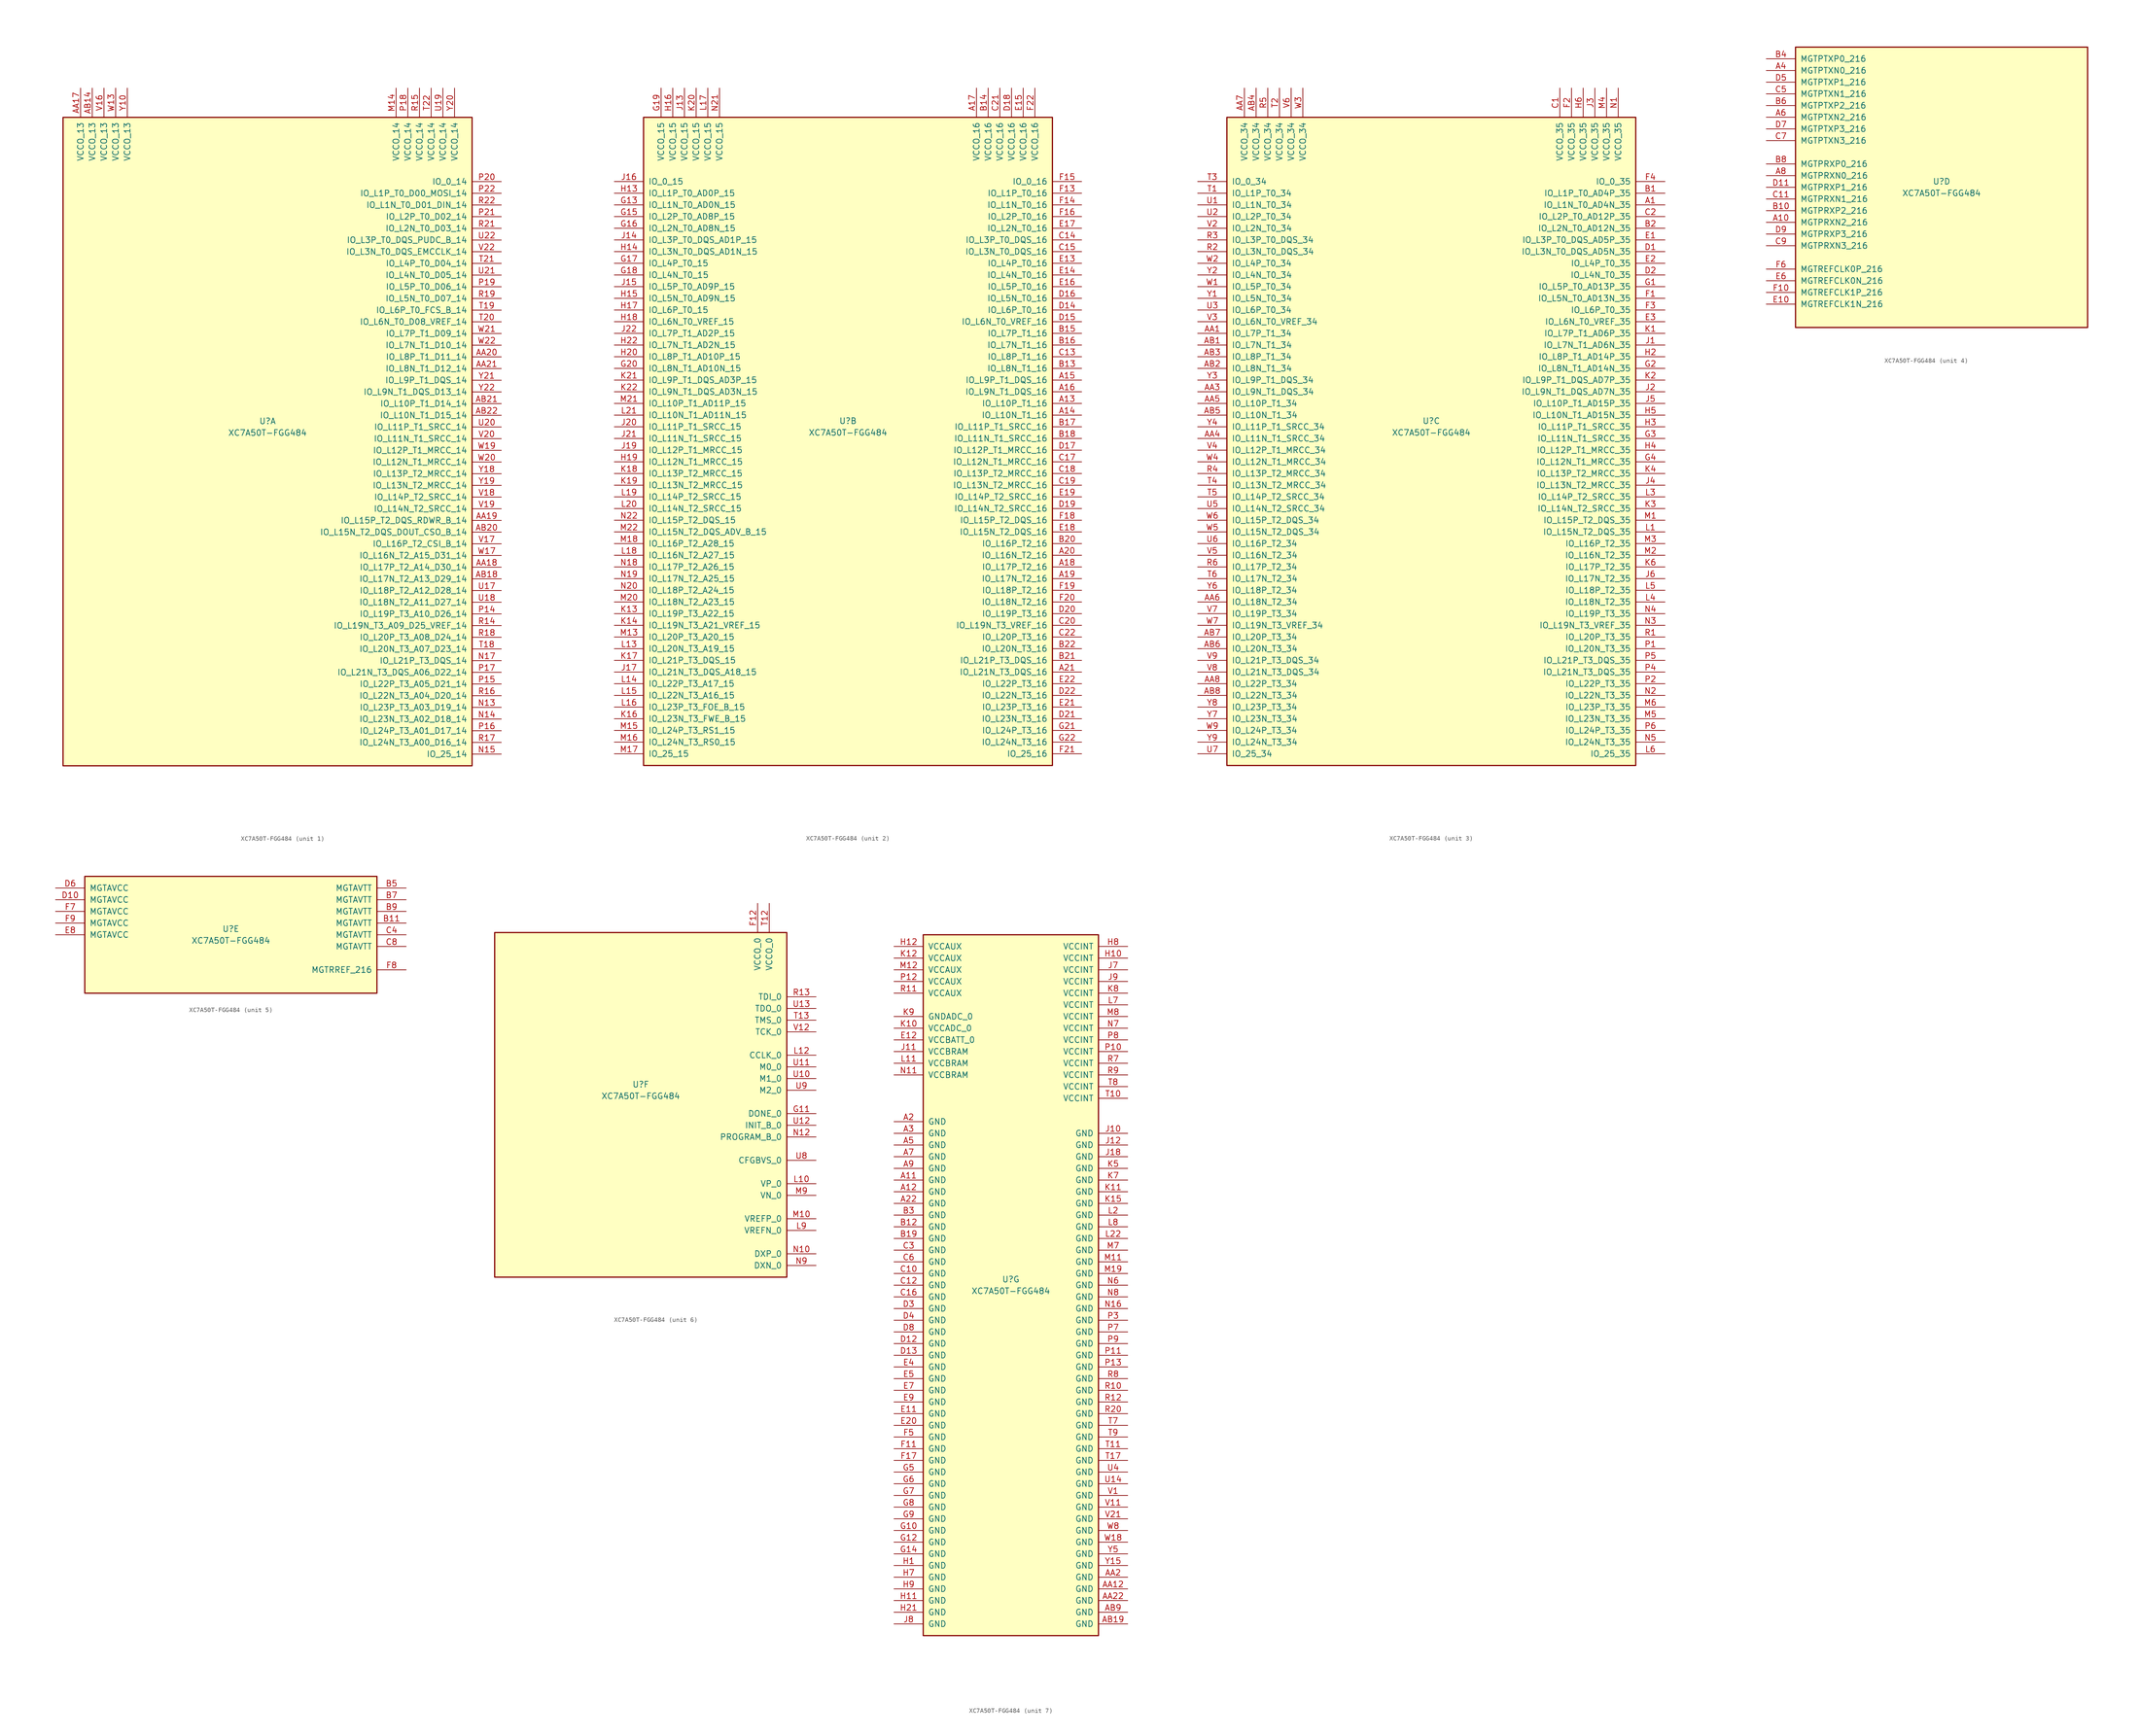
<source format=kicad_sym>
(kicad_symbol_lib
  (version 20201005)
  (generator kicad_symbol_editor)
  (symbol "FPGA_Xilinx_Artix7:XC7A50T-FGG484"
    (pin_names
      (offset 1.016))
    (property "Reference" "U"
      (at 0 1.27 0)
      (effects (font (size 1.27 1.27))))
    (property "Value" "XC7A50T-FGG484"
      (at 0 -1.27 0)
      (effects (font (size 1.27 1.27))))
    (property "Datasheet" ""
      (at 0 0 0)
      (effects (font (size 1.27 1.27))))
    (property "ki_locked" ""
      (at 0 0 0)
      (effects (font (size 1.27 1.27))))
    (symbol "XC7A50T-FGG484_1_1"
      (rectangle (start -44.45 67.31) (end 44.45 -73.66) (stroke (width 0.254)) (fill (type background)))
      (pin power_in line (at -40.64 73.66 270) (length 6.35) (name "VCCO_13" (effects (font (size 1.27 1.27)))) (number "AA17" (effects (font (size 1.27 1.27)))))
      (pin power_in line (at -38.1 73.66 270) (length 6.35) (name "VCCO_13" (effects (font (size 1.27 1.27)))) (number "AB14" (effects (font (size 1.27 1.27)))))
      (pin power_in line (at -35.56 73.66 270) (length 6.35) (name "VCCO_13" (effects (font (size 1.27 1.27)))) (number "V16" (effects (font (size 1.27 1.27)))))
      (pin power_in line (at -33.02 73.66 270) (length 6.35) (name "VCCO_13" (effects (font (size 1.27 1.27)))) (number "W13" (effects (font (size 1.27 1.27)))))
      (pin power_in line (at -30.48 73.66 270) (length 6.35) (name "VCCO_13" (effects (font (size 1.27 1.27)))) (number "Y10" (effects (font (size 1.27 1.27)))))
      (pin power_in line (at 27.94 73.66 270) (length 6.35) (name "VCCO_14" (effects (font (size 1.27 1.27)))) (number "M14" (effects (font (size 1.27 1.27)))))
      (pin power_in line (at 30.48 73.66 270) (length 6.35) (name "VCCO_14" (effects (font (size 1.27 1.27)))) (number "P18" (effects (font (size 1.27 1.27)))))
      (pin power_in line (at 33.02 73.66 270) (length 6.35) (name "VCCO_14" (effects (font (size 1.27 1.27)))) (number "R15" (effects (font (size 1.27 1.27)))))
      (pin power_in line (at 35.56 73.66 270) (length 6.35) (name "VCCO_14" (effects (font (size 1.27 1.27)))) (number "T22" (effects (font (size 1.27 1.27)))))
      (pin power_in line (at 38.1 73.66 270) (length 6.35) (name "VCCO_14" (effects (font (size 1.27 1.27)))) (number "U19" (effects (font (size 1.27 1.27)))))
      (pin power_in line (at 40.64 73.66 270) (length 6.35) (name "VCCO_14" (effects (font (size 1.27 1.27)))) (number "Y20" (effects (font (size 1.27 1.27)))))
      (pin bidirectional line (at 50.8 53.34 180) (length 6.35) (name "IO_0_14" (effects (font (size 1.27 1.27)))) (number "P20" (effects (font (size 1.27 1.27)))))
      (pin bidirectional line (at 50.8 50.8 180) (length 6.35) (name "IO_L1P_T0_D00_MOSI_14" (effects (font (size 1.27 1.27)))) (number "P22" (effects (font (size 1.27 1.27)))))
      (pin bidirectional line (at 50.8 48.26 180) (length 6.35) (name "IO_L1N_T0_D01_DIN_14" (effects (font (size 1.27 1.27)))) (number "R22" (effects (font (size 1.27 1.27)))))
      (pin bidirectional line (at 50.8 45.72 180) (length 6.35) (name "IO_L2P_T0_D02_14" (effects (font (size 1.27 1.27)))) (number "P21" (effects (font (size 1.27 1.27)))))
      (pin bidirectional line (at 50.8 43.18 180) (length 6.35) (name "IO_L2N_T0_D03_14" (effects (font (size 1.27 1.27)))) (number "R21" (effects (font (size 1.27 1.27)))))
      (pin bidirectional line (at 50.8 40.64 180) (length 6.35) (name "IO_L3P_T0_DQS_PUDC_B_14" (effects (font (size 1.27 1.27)))) (number "U22" (effects (font (size 1.27 1.27)))))
      (pin bidirectional line (at 50.8 38.1 180) (length 6.35) (name "IO_L3N_T0_DQS_EMCCLK_14" (effects (font (size 1.27 1.27)))) (number "V22" (effects (font (size 1.27 1.27)))))
      (pin bidirectional line (at 50.8 35.56 180) (length 6.35) (name "IO_L4P_T0_D04_14" (effects (font (size 1.27 1.27)))) (number "T21" (effects (font (size 1.27 1.27)))))
      (pin bidirectional line (at 50.8 33.02 180) (length 6.35) (name "IO_L4N_T0_D05_14" (effects (font (size 1.27 1.27)))) (number "U21" (effects (font (size 1.27 1.27)))))
      (pin bidirectional line (at 50.8 30.48 180) (length 6.35) (name "IO_L5P_T0_D06_14" (effects (font (size 1.27 1.27)))) (number "P19" (effects (font (size 1.27 1.27)))))
      (pin bidirectional line (at 50.8 27.94 180) (length 6.35) (name "IO_L5N_T0_D07_14" (effects (font (size 1.27 1.27)))) (number "R19" (effects (font (size 1.27 1.27)))))
      (pin bidirectional line (at 50.8 25.4 180) (length 6.35) (name "IO_L6P_T0_FCS_B_14" (effects (font (size 1.27 1.27)))) (number "T19" (effects (font (size 1.27 1.27)))))
      (pin bidirectional line (at 50.8 22.86 180) (length 6.35) (name "IO_L6N_T0_D08_VREF_14" (effects (font (size 1.27 1.27)))) (number "T20" (effects (font (size 1.27 1.27)))))
      (pin bidirectional line (at 50.8 20.32 180) (length 6.35) (name "IO_L7P_T1_D09_14" (effects (font (size 1.27 1.27)))) (number "W21" (effects (font (size 1.27 1.27)))))
      (pin bidirectional line (at 50.8 17.78 180) (length 6.35) (name "IO_L7N_T1_D10_14" (effects (font (size 1.27 1.27)))) (number "W22" (effects (font (size 1.27 1.27)))))
      (pin bidirectional line (at 50.8 15.24 180) (length 6.35) (name "IO_L8P_T1_D11_14" (effects (font (size 1.27 1.27)))) (number "AA20" (effects (font (size 1.27 1.27)))))
      (pin bidirectional line (at 50.8 12.7 180) (length 6.35) (name "IO_L8N_T1_D12_14" (effects (font (size 1.27 1.27)))) (number "AA21" (effects (font (size 1.27 1.27)))))
      (pin bidirectional line (at 50.8 10.16 180) (length 6.35) (name "IO_L9P_T1_DQS_14" (effects (font (size 1.27 1.27)))) (number "Y21" (effects (font (size 1.27 1.27)))))
      (pin bidirectional line (at 50.8 7.62 180) (length 6.35) (name "IO_L9N_T1_DQS_D13_14" (effects (font (size 1.27 1.27)))) (number "Y22" (effects (font (size 1.27 1.27)))))
      (pin bidirectional line (at 50.8 5.08 180) (length 6.35) (name "IO_L10P_T1_D14_14" (effects (font (size 1.27 1.27)))) (number "AB21" (effects (font (size 1.27 1.27)))))
      (pin bidirectional line (at 50.8 2.54 180) (length 6.35) (name "IO_L10N_T1_D15_14" (effects (font (size 1.27 1.27)))) (number "AB22" (effects (font (size 1.27 1.27)))))
      (pin bidirectional line (at 50.8 0 180) (length 6.35) (name "IO_L11P_T1_SRCC_14" (effects (font (size 1.27 1.27)))) (number "U20" (effects (font (size 1.27 1.27)))))
      (pin bidirectional line (at 50.8 -2.54 180) (length 6.35) (name "IO_L11N_T1_SRCC_14" (effects (font (size 1.27 1.27)))) (number "V20" (effects (font (size 1.27 1.27)))))
      (pin bidirectional line (at 50.8 -5.08 180) (length 6.35) (name "IO_L12P_T1_MRCC_14" (effects (font (size 1.27 1.27)))) (number "W19" (effects (font (size 1.27 1.27)))))
      (pin bidirectional line (at 50.8 -7.62 180) (length 6.35) (name "IO_L12N_T1_MRCC_14" (effects (font (size 1.27 1.27)))) (number "W20" (effects (font (size 1.27 1.27)))))
      (pin bidirectional line (at 50.8 -10.16 180) (length 6.35) (name "IO_L13P_T2_MRCC_14" (effects (font (size 1.27 1.27)))) (number "Y18" (effects (font (size 1.27 1.27)))))
      (pin bidirectional line (at 50.8 -12.7 180) (length 6.35) (name "IO_L13N_T2_MRCC_14" (effects (font (size 1.27 1.27)))) (number "Y19" (effects (font (size 1.27 1.27)))))
      (pin bidirectional line (at 50.8 -15.24 180) (length 6.35) (name "IO_L14P_T2_SRCC_14" (effects (font (size 1.27 1.27)))) (number "V18" (effects (font (size 1.27 1.27)))))
      (pin bidirectional line (at 50.8 -17.78 180) (length 6.35) (name "IO_L14N_T2_SRCC_14" (effects (font (size 1.27 1.27)))) (number "V19" (effects (font (size 1.27 1.27)))))
      (pin bidirectional line (at 50.8 -20.32 180) (length 6.35) (name "IO_L15P_T2_DQS_RDWR_B_14" (effects (font (size 1.27 1.27)))) (number "AA19" (effects (font (size 1.27 1.27)))))
      (pin bidirectional line (at 50.8 -22.86 180) (length 6.35) (name "IO_L15N_T2_DQS_DOUT_CSO_B_14" (effects (font (size 1.27 1.27)))) (number "AB20" (effects (font (size 1.27 1.27)))))
      (pin bidirectional line (at 50.8 -25.4 180) (length 6.35) (name "IO_L16P_T2_CSI_B_14" (effects (font (size 1.27 1.27)))) (number "V17" (effects (font (size 1.27 1.27)))))
      (pin bidirectional line (at 50.8 -27.94 180) (length 6.35) (name "IO_L16N_T2_A15_D31_14" (effects (font (size 1.27 1.27)))) (number "W17" (effects (font (size 1.27 1.27)))))
      (pin bidirectional line (at 50.8 -30.48 180) (length 6.35) (name "IO_L17P_T2_A14_D30_14" (effects (font (size 1.27 1.27)))) (number "AA18" (effects (font (size 1.27 1.27)))))
      (pin bidirectional line (at 50.8 -33.02 180) (length 6.35) (name "IO_L17N_T2_A13_D29_14" (effects (font (size 1.27 1.27)))) (number "AB18" (effects (font (size 1.27 1.27)))))
      (pin bidirectional line (at 50.8 -35.56 180) (length 6.35) (name "IO_L18P_T2_A12_D28_14" (effects (font (size 1.27 1.27)))) (number "U17" (effects (font (size 1.27 1.27)))))
      (pin bidirectional line (at 50.8 -38.1 180) (length 6.35) (name "IO_L18N_T2_A11_D27_14" (effects (font (size 1.27 1.27)))) (number "U18" (effects (font (size 1.27 1.27)))))
      (pin bidirectional line (at 50.8 -40.64 180) (length 6.35) (name "IO_L19P_T3_A10_D26_14" (effects (font (size 1.27 1.27)))) (number "P14" (effects (font (size 1.27 1.27)))))
      (pin bidirectional line (at 50.8 -43.18 180) (length 6.35) (name "IO_L19N_T3_A09_D25_VREF_14" (effects (font (size 1.27 1.27)))) (number "R14" (effects (font (size 1.27 1.27)))))
      (pin bidirectional line (at 50.8 -45.72 180) (length 6.35) (name "IO_L20P_T3_A08_D24_14" (effects (font (size 1.27 1.27)))) (number "R18" (effects (font (size 1.27 1.27)))))
      (pin bidirectional line (at 50.8 -48.26 180) (length 6.35) (name "IO_L20N_T3_A07_D23_14" (effects (font (size 1.27 1.27)))) (number "T18" (effects (font (size 1.27 1.27)))))
      (pin bidirectional line (at 50.8 -50.8 180) (length 6.35) (name "IO_L21P_T3_DQS_14" (effects (font (size 1.27 1.27)))) (number "N17" (effects (font (size 1.27 1.27)))))
      (pin bidirectional line (at 50.8 -53.34 180) (length 6.35) (name "IO_L21N_T3_DQS_A06_D22_14" (effects (font (size 1.27 1.27)))) (number "P17" (effects (font (size 1.27 1.27)))))
      (pin bidirectional line (at 50.8 -55.88 180) (length 6.35) (name "IO_L22P_T3_A05_D21_14" (effects (font (size 1.27 1.27)))) (number "P15" (effects (font (size 1.27 1.27)))))
      (pin bidirectional line (at 50.8 -58.42 180) (length 6.35) (name "IO_L22N_T3_A04_D20_14" (effects (font (size 1.27 1.27)))) (number "R16" (effects (font (size 1.27 1.27)))))
      (pin bidirectional line (at 50.8 -60.96 180) (length 6.35) (name "IO_L23P_T3_A03_D19_14" (effects (font (size 1.27 1.27)))) (number "N13" (effects (font (size 1.27 1.27)))))
      (pin bidirectional line (at 50.8 -63.5 180) (length 6.35) (name "IO_L23N_T3_A02_D18_14" (effects (font (size 1.27 1.27)))) (number "N14" (effects (font (size 1.27 1.27)))))
      (pin bidirectional line (at 50.8 -66.04 180) (length 6.35) (name "IO_L24P_T3_A01_D17_14" (effects (font (size 1.27 1.27)))) (number "P16" (effects (font (size 1.27 1.27)))))
      (pin bidirectional line (at 50.8 -68.58 180) (length 6.35) (name "IO_L24N_T3_A00_D16_14" (effects (font (size 1.27 1.27)))) (number "R17" (effects (font (size 1.27 1.27)))))
      (pin bidirectional line (at 50.8 -71.12 180) (length 6.35) (name "IO_25_14" (effects (font (size 1.27 1.27)))) (number "N15" (effects (font (size 1.27 1.27))))))
    (symbol "XC7A50T-FGG484_2_1"
      (rectangle (start -44.45 67.31) (end 44.45 -73.66) (stroke (width 0.254)) (fill (type background)))
      (pin power_in line (at -40.64 73.66 270) (length 6.35) (name "VCCO_15" (effects (font (size 1.27 1.27)))) (number "G19" (effects (font (size 1.27 1.27)))))
      (pin power_in line (at -38.1 73.66 270) (length 6.35) (name "VCCO_15" (effects (font (size 1.27 1.27)))) (number "H16" (effects (font (size 1.27 1.27)))))
      (pin power_in line (at -35.56 73.66 270) (length 6.35) (name "VCCO_15" (effects (font (size 1.27 1.27)))) (number "J13" (effects (font (size 1.27 1.27)))))
      (pin power_in line (at -33.02 73.66 270) (length 6.35) (name "VCCO_15" (effects (font (size 1.27 1.27)))) (number "K20" (effects (font (size 1.27 1.27)))))
      (pin power_in line (at -30.48 73.66 270) (length 6.35) (name "VCCO_15" (effects (font (size 1.27 1.27)))) (number "L17" (effects (font (size 1.27 1.27)))))
      (pin power_in line (at -27.94 73.66 270) (length 6.35) (name "VCCO_15" (effects (font (size 1.27 1.27)))) (number "N21" (effects (font (size 1.27 1.27)))))
      (pin bidirectional line (at -50.8 53.34 0) (length 6.35) (name "IO_0_15" (effects (font (size 1.27 1.27)))) (number "J16" (effects (font (size 1.27 1.27)))))
      (pin bidirectional line (at -50.8 50.8 0) (length 6.35) (name "IO_L1P_T0_AD0P_15" (effects (font (size 1.27 1.27)))) (number "H13" (effects (font (size 1.27 1.27)))))
      (pin bidirectional line (at -50.8 48.26 0) (length 6.35) (name "IO_L1N_T0_AD0N_15" (effects (font (size 1.27 1.27)))) (number "G13" (effects (font (size 1.27 1.27)))))
      (pin bidirectional line (at -50.8 45.72 0) (length 6.35) (name "IO_L2P_T0_AD8P_15" (effects (font (size 1.27 1.27)))) (number "G15" (effects (font (size 1.27 1.27)))))
      (pin bidirectional line (at -50.8 43.18 0) (length 6.35) (name "IO_L2N_T0_AD8N_15" (effects (font (size 1.27 1.27)))) (number "G16" (effects (font (size 1.27 1.27)))))
      (pin bidirectional line (at -50.8 40.64 0) (length 6.35) (name "IO_L3P_T0_DQS_AD1P_15" (effects (font (size 1.27 1.27)))) (number "J14" (effects (font (size 1.27 1.27)))))
      (pin bidirectional line (at -50.8 38.1 0) (length 6.35) (name "IO_L3N_T0_DQS_AD1N_15" (effects (font (size 1.27 1.27)))) (number "H14" (effects (font (size 1.27 1.27)))))
      (pin bidirectional line (at -50.8 35.56 0) (length 6.35) (name "IO_L4P_T0_15" (effects (font (size 1.27 1.27)))) (number "G17" (effects (font (size 1.27 1.27)))))
      (pin bidirectional line (at -50.8 33.02 0) (length 6.35) (name "IO_L4N_T0_15" (effects (font (size 1.27 1.27)))) (number "G18" (effects (font (size 1.27 1.27)))))
      (pin bidirectional line (at -50.8 30.48 0) (length 6.35) (name "IO_L5P_T0_AD9P_15" (effects (font (size 1.27 1.27)))) (number "J15" (effects (font (size 1.27 1.27)))))
      (pin bidirectional line (at -50.8 27.94 0) (length 6.35) (name "IO_L5N_T0_AD9N_15" (effects (font (size 1.27 1.27)))) (number "H15" (effects (font (size 1.27 1.27)))))
      (pin bidirectional line (at -50.8 25.4 0) (length 6.35) (name "IO_L6P_T0_15" (effects (font (size 1.27 1.27)))) (number "H17" (effects (font (size 1.27 1.27)))))
      (pin bidirectional line (at -50.8 22.86 0) (length 6.35) (name "IO_L6N_T0_VREF_15" (effects (font (size 1.27 1.27)))) (number "H18" (effects (font (size 1.27 1.27)))))
      (pin bidirectional line (at -50.8 20.32 0) (length 6.35) (name "IO_L7P_T1_AD2P_15" (effects (font (size 1.27 1.27)))) (number "J22" (effects (font (size 1.27 1.27)))))
      (pin bidirectional line (at -50.8 17.78 0) (length 6.35) (name "IO_L7N_T1_AD2N_15" (effects (font (size 1.27 1.27)))) (number "H22" (effects (font (size 1.27 1.27)))))
      (pin bidirectional line (at -50.8 15.24 0) (length 6.35) (name "IO_L8P_T1_AD10P_15" (effects (font (size 1.27 1.27)))) (number "H20" (effects (font (size 1.27 1.27)))))
      (pin bidirectional line (at -50.8 12.7 0) (length 6.35) (name "IO_L8N_T1_AD10N_15" (effects (font (size 1.27 1.27)))) (number "G20" (effects (font (size 1.27 1.27)))))
      (pin bidirectional line (at -50.8 10.16 0) (length 6.35) (name "IO_L9P_T1_DQS_AD3P_15" (effects (font (size 1.27 1.27)))) (number "K21" (effects (font (size 1.27 1.27)))))
      (pin bidirectional line (at -50.8 7.62 0) (length 6.35) (name "IO_L9N_T1_DQS_AD3N_15" (effects (font (size 1.27 1.27)))) (number "K22" (effects (font (size 1.27 1.27)))))
      (pin bidirectional line (at -50.8 5.08 0) (length 6.35) (name "IO_L10P_T1_AD11P_15" (effects (font (size 1.27 1.27)))) (number "M21" (effects (font (size 1.27 1.27)))))
      (pin bidirectional line (at -50.8 2.54 0) (length 6.35) (name "IO_L10N_T1_AD11N_15" (effects (font (size 1.27 1.27)))) (number "L21" (effects (font (size 1.27 1.27)))))
      (pin bidirectional line (at -50.8 0 0) (length 6.35) (name "IO_L11P_T1_SRCC_15" (effects (font (size 1.27 1.27)))) (number "J20" (effects (font (size 1.27 1.27)))))
      (pin bidirectional line (at -50.8 -2.54 0) (length 6.35) (name "IO_L11N_T1_SRCC_15" (effects (font (size 1.27 1.27)))) (number "J21" (effects (font (size 1.27 1.27)))))
      (pin bidirectional line (at -50.8 -5.08 0) (length 6.35) (name "IO_L12P_T1_MRCC_15" (effects (font (size 1.27 1.27)))) (number "J19" (effects (font (size 1.27 1.27)))))
      (pin bidirectional line (at -50.8 -7.62 0) (length 6.35) (name "IO_L12N_T1_MRCC_15" (effects (font (size 1.27 1.27)))) (number "H19" (effects (font (size 1.27 1.27)))))
      (pin bidirectional line (at -50.8 -10.16 0) (length 6.35) (name "IO_L13P_T2_MRCC_15" (effects (font (size 1.27 1.27)))) (number "K18" (effects (font (size 1.27 1.27)))))
      (pin bidirectional line (at -50.8 -12.7 0) (length 6.35) (name "IO_L13N_T2_MRCC_15" (effects (font (size 1.27 1.27)))) (number "K19" (effects (font (size 1.27 1.27)))))
      (pin bidirectional line (at -50.8 -15.24 0) (length 6.35) (name "IO_L14P_T2_SRCC_15" (effects (font (size 1.27 1.27)))) (number "L19" (effects (font (size 1.27 1.27)))))
      (pin bidirectional line (at -50.8 -17.78 0) (length 6.35) (name "IO_L14N_T2_SRCC_15" (effects (font (size 1.27 1.27)))) (number "L20" (effects (font (size 1.27 1.27)))))
      (pin bidirectional line (at -50.8 -20.32 0) (length 6.35) (name "IO_L15P_T2_DQS_15" (effects (font (size 1.27 1.27)))) (number "N22" (effects (font (size 1.27 1.27)))))
      (pin bidirectional line (at -50.8 -22.86 0) (length 6.35) (name "IO_L15N_T2_DQS_ADV_B_15" (effects (font (size 1.27 1.27)))) (number "M22" (effects (font (size 1.27 1.27)))))
      (pin bidirectional line (at -50.8 -25.4 0) (length 6.35) (name "IO_L16P_T2_A28_15" (effects (font (size 1.27 1.27)))) (number "M18" (effects (font (size 1.27 1.27)))))
      (pin bidirectional line (at -50.8 -27.94 0) (length 6.35) (name "IO_L16N_T2_A27_15" (effects (font (size 1.27 1.27)))) (number "L18" (effects (font (size 1.27 1.27)))))
      (pin bidirectional line (at -50.8 -30.48 0) (length 6.35) (name "IO_L17P_T2_A26_15" (effects (font (size 1.27 1.27)))) (number "N18" (effects (font (size 1.27 1.27)))))
      (pin bidirectional line (at -50.8 -33.02 0) (length 6.35) (name "IO_L17N_T2_A25_15" (effects (font (size 1.27 1.27)))) (number "N19" (effects (font (size 1.27 1.27)))))
      (pin bidirectional line (at -50.8 -35.56 0) (length 6.35) (name "IO_L18P_T2_A24_15" (effects (font (size 1.27 1.27)))) (number "N20" (effects (font (size 1.27 1.27)))))
      (pin bidirectional line (at -50.8 -38.1 0) (length 6.35) (name "IO_L18N_T2_A23_15" (effects (font (size 1.27 1.27)))) (number "M20" (effects (font (size 1.27 1.27)))))
      (pin bidirectional line (at -50.8 -40.64 0) (length 6.35) (name "IO_L19P_T3_A22_15" (effects (font (size 1.27 1.27)))) (number "K13" (effects (font (size 1.27 1.27)))))
      (pin bidirectional line (at -50.8 -43.18 0) (length 6.35) (name "IO_L19N_T3_A21_VREF_15" (effects (font (size 1.27 1.27)))) (number "K14" (effects (font (size 1.27 1.27)))))
      (pin bidirectional line (at -50.8 -45.72 0) (length 6.35) (name "IO_L20P_T3_A20_15" (effects (font (size 1.27 1.27)))) (number "M13" (effects (font (size 1.27 1.27)))))
      (pin bidirectional line (at -50.8 -48.26 0) (length 6.35) (name "IO_L20N_T3_A19_15" (effects (font (size 1.27 1.27)))) (number "L13" (effects (font (size 1.27 1.27)))))
      (pin bidirectional line (at -50.8 -50.8 0) (length 6.35) (name "IO_L21P_T3_DQS_15" (effects (font (size 1.27 1.27)))) (number "K17" (effects (font (size 1.27 1.27)))))
      (pin bidirectional line (at -50.8 -53.34 0) (length 6.35) (name "IO_L21N_T3_DQS_A18_15" (effects (font (size 1.27 1.27)))) (number "J17" (effects (font (size 1.27 1.27)))))
      (pin bidirectional line (at -50.8 -55.88 0) (length 6.35) (name "IO_L22P_T3_A17_15" (effects (font (size 1.27 1.27)))) (number "L14" (effects (font (size 1.27 1.27)))))
      (pin bidirectional line (at -50.8 -58.42 0) (length 6.35) (name "IO_L22N_T3_A16_15" (effects (font (size 1.27 1.27)))) (number "L15" (effects (font (size 1.27 1.27)))))
      (pin bidirectional line (at -50.8 -60.96 0) (length 6.35) (name "IO_L23P_T3_FOE_B_15" (effects (font (size 1.27 1.27)))) (number "L16" (effects (font (size 1.27 1.27)))))
      (pin bidirectional line (at -50.8 -63.5 0) (length 6.35) (name "IO_L23N_T3_FWE_B_15" (effects (font (size 1.27 1.27)))) (number "K16" (effects (font (size 1.27 1.27)))))
      (pin bidirectional line (at -50.8 -66.04 0) (length 6.35) (name "IO_L24P_T3_RS1_15" (effects (font (size 1.27 1.27)))) (number "M15" (effects (font (size 1.27 1.27)))))
      (pin bidirectional line (at -50.8 -68.58 0) (length 6.35) (name "IO_L24N_T3_RS0_15" (effects (font (size 1.27 1.27)))) (number "M16" (effects (font (size 1.27 1.27)))))
      (pin bidirectional line (at -50.8 -71.12 0) (length 6.35) (name "IO_25_15" (effects (font (size 1.27 1.27)))) (number "M17" (effects (font (size 1.27 1.27)))))
      (pin power_in line (at 27.94 73.66 270) (length 6.35) (name "VCCO_16" (effects (font (size 1.27 1.27)))) (number "A17" (effects (font (size 1.27 1.27)))))
      (pin power_in line (at 30.48 73.66 270) (length 6.35) (name "VCCO_16" (effects (font (size 1.27 1.27)))) (number "B14" (effects (font (size 1.27 1.27)))))
      (pin power_in line (at 33.02 73.66 270) (length 6.35) (name "VCCO_16" (effects (font (size 1.27 1.27)))) (number "C21" (effects (font (size 1.27 1.27)))))
      (pin power_in line (at 35.56 73.66 270) (length 6.35) (name "VCCO_16" (effects (font (size 1.27 1.27)))) (number "D18" (effects (font (size 1.27 1.27)))))
      (pin power_in line (at 38.1 73.66 270) (length 6.35) (name "VCCO_16" (effects (font (size 1.27 1.27)))) (number "E15" (effects (font (size 1.27 1.27)))))
      (pin power_in line (at 40.64 73.66 270) (length 6.35) (name "VCCO_16" (effects (font (size 1.27 1.27)))) (number "F22" (effects (font (size 1.27 1.27)))))
      (pin bidirectional line (at 50.8 53.34 180) (length 6.35) (name "IO_0_16" (effects (font (size 1.27 1.27)))) (number "F15" (effects (font (size 1.27 1.27)))))
      (pin bidirectional line (at 50.8 50.8 180) (length 6.35) (name "IO_L1P_T0_16" (effects (font (size 1.27 1.27)))) (number "F13" (effects (font (size 1.27 1.27)))))
      (pin bidirectional line (at 50.8 48.26 180) (length 6.35) (name "IO_L1N_T0_16" (effects (font (size 1.27 1.27)))) (number "F14" (effects (font (size 1.27 1.27)))))
      (pin bidirectional line (at 50.8 45.72 180) (length 6.35) (name "IO_L2P_T0_16" (effects (font (size 1.27 1.27)))) (number "F16" (effects (font (size 1.27 1.27)))))
      (pin bidirectional line (at 50.8 43.18 180) (length 6.35) (name "IO_L2N_T0_16" (effects (font (size 1.27 1.27)))) (number "E17" (effects (font (size 1.27 1.27)))))
      (pin bidirectional line (at 50.8 40.64 180) (length 6.35) (name "IO_L3P_T0_DQS_16" (effects (font (size 1.27 1.27)))) (number "C14" (effects (font (size 1.27 1.27)))))
      (pin bidirectional line (at 50.8 38.1 180) (length 6.35) (name "IO_L3N_T0_DQS_16" (effects (font (size 1.27 1.27)))) (number "C15" (effects (font (size 1.27 1.27)))))
      (pin bidirectional line (at 50.8 35.56 180) (length 6.35) (name "IO_L4P_T0_16" (effects (font (size 1.27 1.27)))) (number "E13" (effects (font (size 1.27 1.27)))))
      (pin bidirectional line (at 50.8 33.02 180) (length 6.35) (name "IO_L4N_T0_16" (effects (font (size 1.27 1.27)))) (number "E14" (effects (font (size 1.27 1.27)))))
      (pin bidirectional line (at 50.8 30.48 180) (length 6.35) (name "IO_L5P_T0_16" (effects (font (size 1.27 1.27)))) (number "E16" (effects (font (size 1.27 1.27)))))
      (pin bidirectional line (at 50.8 27.94 180) (length 6.35) (name "IO_L5N_T0_16" (effects (font (size 1.27 1.27)))) (number "D16" (effects (font (size 1.27 1.27)))))
      (pin bidirectional line (at 50.8 25.4 180) (length 6.35) (name "IO_L6P_T0_16" (effects (font (size 1.27 1.27)))) (number "D14" (effects (font (size 1.27 1.27)))))
      (pin bidirectional line (at 50.8 22.86 180) (length 6.35) (name "IO_L6N_T0_VREF_16" (effects (font (size 1.27 1.27)))) (number "D15" (effects (font (size 1.27 1.27)))))
      (pin bidirectional line (at 50.8 20.32 180) (length 6.35) (name "IO_L7P_T1_16" (effects (font (size 1.27 1.27)))) (number "B15" (effects (font (size 1.27 1.27)))))
      (pin bidirectional line (at 50.8 17.78 180) (length 6.35) (name "IO_L7N_T1_16" (effects (font (size 1.27 1.27)))) (number "B16" (effects (font (size 1.27 1.27)))))
      (pin bidirectional line (at 50.8 15.24 180) (length 6.35) (name "IO_L8P_T1_16" (effects (font (size 1.27 1.27)))) (number "C13" (effects (font (size 1.27 1.27)))))
      (pin bidirectional line (at 50.8 12.7 180) (length 6.35) (name "IO_L8N_T1_16" (effects (font (size 1.27 1.27)))) (number "B13" (effects (font (size 1.27 1.27)))))
      (pin bidirectional line (at 50.8 10.16 180) (length 6.35) (name "IO_L9P_T1_DQS_16" (effects (font (size 1.27 1.27)))) (number "A15" (effects (font (size 1.27 1.27)))))
      (pin bidirectional line (at 50.8 7.62 180) (length 6.35) (name "IO_L9N_T1_DQS_16" (effects (font (size 1.27 1.27)))) (number "A16" (effects (font (size 1.27 1.27)))))
      (pin bidirectional line (at 50.8 5.08 180) (length 6.35) (name "IO_L10P_T1_16" (effects (font (size 1.27 1.27)))) (number "A13" (effects (font (size 1.27 1.27)))))
      (pin bidirectional line (at 50.8 2.54 180) (length 6.35) (name "IO_L10N_T1_16" (effects (font (size 1.27 1.27)))) (number "A14" (effects (font (size 1.27 1.27)))))
      (pin bidirectional line (at 50.8 0 180) (length 6.35) (name "IO_L11P_T1_SRCC_16" (effects (font (size 1.27 1.27)))) (number "B17" (effects (font (size 1.27 1.27)))))
      (pin bidirectional line (at 50.8 -2.54 180) (length 6.35) (name "IO_L11N_T1_SRCC_16" (effects (font (size 1.27 1.27)))) (number "B18" (effects (font (size 1.27 1.27)))))
      (pin bidirectional line (at 50.8 -5.08 180) (length 6.35) (name "IO_L12P_T1_MRCC_16" (effects (font (size 1.27 1.27)))) (number "D17" (effects (font (size 1.27 1.27)))))
      (pin bidirectional line (at 50.8 -7.62 180) (length 6.35) (name "IO_L12N_T1_MRCC_16" (effects (font (size 1.27 1.27)))) (number "C17" (effects (font (size 1.27 1.27)))))
      (pin bidirectional line (at 50.8 -10.16 180) (length 6.35) (name "IO_L13P_T2_MRCC_16" (effects (font (size 1.27 1.27)))) (number "C18" (effects (font (size 1.27 1.27)))))
      (pin bidirectional line (at 50.8 -12.7 180) (length 6.35) (name "IO_L13N_T2_MRCC_16" (effects (font (size 1.27 1.27)))) (number "C19" (effects (font (size 1.27 1.27)))))
      (pin bidirectional line (at 50.8 -15.24 180) (length 6.35) (name "IO_L14P_T2_SRCC_16" (effects (font (size 1.27 1.27)))) (number "E19" (effects (font (size 1.27 1.27)))))
      (pin bidirectional line (at 50.8 -17.78 180) (length 6.35) (name "IO_L14N_T2_SRCC_16" (effects (font (size 1.27 1.27)))) (number "D19" (effects (font (size 1.27 1.27)))))
      (pin bidirectional line (at 50.8 -20.32 180) (length 6.35) (name "IO_L15P_T2_DQS_16" (effects (font (size 1.27 1.27)))) (number "F18" (effects (font (size 1.27 1.27)))))
      (pin bidirectional line (at 50.8 -22.86 180) (length 6.35) (name "IO_L15N_T2_DQS_16" (effects (font (size 1.27 1.27)))) (number "E18" (effects (font (size 1.27 1.27)))))
      (pin bidirectional line (at 50.8 -25.4 180) (length 6.35) (name "IO_L16P_T2_16" (effects (font (size 1.27 1.27)))) (number "B20" (effects (font (size 1.27 1.27)))))
      (pin bidirectional line (at 50.8 -27.94 180) (length 6.35) (name "IO_L16N_T2_16" (effects (font (size 1.27 1.27)))) (number "A20" (effects (font (size 1.27 1.27)))))
      (pin bidirectional line (at 50.8 -30.48 180) (length 6.35) (name "IO_L17P_T2_16" (effects (font (size 1.27 1.27)))) (number "A18" (effects (font (size 1.27 1.27)))))
      (pin bidirectional line (at 50.8 -33.02 180) (length 6.35) (name "IO_L17N_T2_16" (effects (font (size 1.27 1.27)))) (number "A19" (effects (font (size 1.27 1.27)))))
      (pin bidirectional line (at 50.8 -35.56 180) (length 6.35) (name "IO_L18P_T2_16" (effects (font (size 1.27 1.27)))) (number "F19" (effects (font (size 1.27 1.27)))))
      (pin bidirectional line (at 50.8 -38.1 180) (length 6.35) (name "IO_L18N_T2_16" (effects (font (size 1.27 1.27)))) (number "F20" (effects (font (size 1.27 1.27)))))
      (pin bidirectional line (at 50.8 -40.64 180) (length 6.35) (name "IO_L19P_T3_16" (effects (font (size 1.27 1.27)))) (number "D20" (effects (font (size 1.27 1.27)))))
      (pin bidirectional line (at 50.8 -43.18 180) (length 6.35) (name "IO_L19N_T3_VREF_16" (effects (font (size 1.27 1.27)))) (number "C20" (effects (font (size 1.27 1.27)))))
      (pin bidirectional line (at 50.8 -45.72 180) (length 6.35) (name "IO_L20P_T3_16" (effects (font (size 1.27 1.27)))) (number "C22" (effects (font (size 1.27 1.27)))))
      (pin bidirectional line (at 50.8 -48.26 180) (length 6.35) (name "IO_L20N_T3_16" (effects (font (size 1.27 1.27)))) (number "B22" (effects (font (size 1.27 1.27)))))
      (pin bidirectional line (at 50.8 -50.8 180) (length 6.35) (name "IO_L21P_T3_DQS_16" (effects (font (size 1.27 1.27)))) (number "B21" (effects (font (size 1.27 1.27)))))
      (pin bidirectional line (at 50.8 -53.34 180) (length 6.35) (name "IO_L21N_T3_DQS_16" (effects (font (size 1.27 1.27)))) (number "A21" (effects (font (size 1.27 1.27)))))
      (pin bidirectional line (at 50.8 -55.88 180) (length 6.35) (name "IO_L22P_T3_16" (effects (font (size 1.27 1.27)))) (number "E22" (effects (font (size 1.27 1.27)))))
      (pin bidirectional line (at 50.8 -58.42 180) (length 6.35) (name "IO_L22N_T3_16" (effects (font (size 1.27 1.27)))) (number "D22" (effects (font (size 1.27 1.27)))))
      (pin bidirectional line (at 50.8 -60.96 180) (length 6.35) (name "IO_L23P_T3_16" (effects (font (size 1.27 1.27)))) (number "E21" (effects (font (size 1.27 1.27)))))
      (pin bidirectional line (at 50.8 -63.5 180) (length 6.35) (name "IO_L23N_T3_16" (effects (font (size 1.27 1.27)))) (number "D21" (effects (font (size 1.27 1.27)))))
      (pin bidirectional line (at 50.8 -66.04 180) (length 6.35) (name "IO_L24P_T3_16" (effects (font (size 1.27 1.27)))) (number "G21" (effects (font (size 1.27 1.27)))))
      (pin bidirectional line (at 50.8 -68.58 180) (length 6.35) (name "IO_L24N_T3_16" (effects (font (size 1.27 1.27)))) (number "G22" (effects (font (size 1.27 1.27)))))
      (pin bidirectional line (at 50.8 -71.12 180) (length 6.35) (name "IO_25_16" (effects (font (size 1.27 1.27)))) (number "F21" (effects (font (size 1.27 1.27))))))
    (symbol "XC7A50T-FGG484_3_1"
      (rectangle (start -44.45 67.31) (end 44.45 -73.66) (stroke (width 0.254)) (fill (type background)))
      (pin power_in line (at -40.64 73.66 270) (length 6.35) (name "VCCO_34" (effects (font (size 1.27 1.27)))) (number "AA7" (effects (font (size 1.27 1.27)))))
      (pin power_in line (at -38.1 73.66 270) (length 6.35) (name "VCCO_34" (effects (font (size 1.27 1.27)))) (number "AB4" (effects (font (size 1.27 1.27)))))
      (pin power_in line (at -35.56 73.66 270) (length 6.35) (name "VCCO_34" (effects (font (size 1.27 1.27)))) (number "R5" (effects (font (size 1.27 1.27)))))
      (pin power_in line (at -33.02 73.66 270) (length 6.35) (name "VCCO_34" (effects (font (size 1.27 1.27)))) (number "T2" (effects (font (size 1.27 1.27)))))
      (pin power_in line (at -30.48 73.66 270) (length 6.35) (name "VCCO_34" (effects (font (size 1.27 1.27)))) (number "V6" (effects (font (size 1.27 1.27)))))
      (pin power_in line (at -27.94 73.66 270) (length 6.35) (name "VCCO_34" (effects (font (size 1.27 1.27)))) (number "W3" (effects (font (size 1.27 1.27)))))
      (pin bidirectional line (at -50.8 53.34 0) (length 6.35) (name "IO_0_34" (effects (font (size 1.27 1.27)))) (number "T3" (effects (font (size 1.27 1.27)))))
      (pin bidirectional line (at -50.8 50.8 0) (length 6.35) (name "IO_L1P_T0_34" (effects (font (size 1.27 1.27)))) (number "T1" (effects (font (size 1.27 1.27)))))
      (pin bidirectional line (at -50.8 48.26 0) (length 6.35) (name "IO_L1N_T0_34" (effects (font (size 1.27 1.27)))) (number "U1" (effects (font (size 1.27 1.27)))))
      (pin bidirectional line (at -50.8 45.72 0) (length 6.35) (name "IO_L2P_T0_34" (effects (font (size 1.27 1.27)))) (number "U2" (effects (font (size 1.27 1.27)))))
      (pin bidirectional line (at -50.8 43.18 0) (length 6.35) (name "IO_L2N_T0_34" (effects (font (size 1.27 1.27)))) (number "V2" (effects (font (size 1.27 1.27)))))
      (pin bidirectional line (at -50.8 40.64 0) (length 6.35) (name "IO_L3P_T0_DQS_34" (effects (font (size 1.27 1.27)))) (number "R3" (effects (font (size 1.27 1.27)))))
      (pin bidirectional line (at -50.8 38.1 0) (length 6.35) (name "IO_L3N_T0_DQS_34" (effects (font (size 1.27 1.27)))) (number "R2" (effects (font (size 1.27 1.27)))))
      (pin bidirectional line (at -50.8 35.56 0) (length 6.35) (name "IO_L4P_T0_34" (effects (font (size 1.27 1.27)))) (number "W2" (effects (font (size 1.27 1.27)))))
      (pin bidirectional line (at -50.8 33.02 0) (length 6.35) (name "IO_L4N_T0_34" (effects (font (size 1.27 1.27)))) (number "Y2" (effects (font (size 1.27 1.27)))))
      (pin bidirectional line (at -50.8 30.48 0) (length 6.35) (name "IO_L5P_T0_34" (effects (font (size 1.27 1.27)))) (number "W1" (effects (font (size 1.27 1.27)))))
      (pin bidirectional line (at -50.8 27.94 0) (length 6.35) (name "IO_L5N_T0_34" (effects (font (size 1.27 1.27)))) (number "Y1" (effects (font (size 1.27 1.27)))))
      (pin bidirectional line (at -50.8 25.4 0) (length 6.35) (name "IO_L6P_T0_34" (effects (font (size 1.27 1.27)))) (number "U3" (effects (font (size 1.27 1.27)))))
      (pin bidirectional line (at -50.8 22.86 0) (length 6.35) (name "IO_L6N_T0_VREF_34" (effects (font (size 1.27 1.27)))) (number "V3" (effects (font (size 1.27 1.27)))))
      (pin bidirectional line (at -50.8 20.32 0) (length 6.35) (name "IO_L7P_T1_34" (effects (font (size 1.27 1.27)))) (number "AA1" (effects (font (size 1.27 1.27)))))
      (pin bidirectional line (at -50.8 17.78 0) (length 6.35) (name "IO_L7N_T1_34" (effects (font (size 1.27 1.27)))) (number "AB1" (effects (font (size 1.27 1.27)))))
      (pin bidirectional line (at -50.8 15.24 0) (length 6.35) (name "IO_L8P_T1_34" (effects (font (size 1.27 1.27)))) (number "AB3" (effects (font (size 1.27 1.27)))))
      (pin bidirectional line (at -50.8 12.7 0) (length 6.35) (name "IO_L8N_T1_34" (effects (font (size 1.27 1.27)))) (number "AB2" (effects (font (size 1.27 1.27)))))
      (pin bidirectional line (at -50.8 10.16 0) (length 6.35) (name "IO_L9P_T1_DQS_34" (effects (font (size 1.27 1.27)))) (number "Y3" (effects (font (size 1.27 1.27)))))
      (pin bidirectional line (at -50.8 7.62 0) (length 6.35) (name "IO_L9N_T1_DQS_34" (effects (font (size 1.27 1.27)))) (number "AA3" (effects (font (size 1.27 1.27)))))
      (pin bidirectional line (at -50.8 5.08 0) (length 6.35) (name "IO_L10P_T1_34" (effects (font (size 1.27 1.27)))) (number "AA5" (effects (font (size 1.27 1.27)))))
      (pin bidirectional line (at -50.8 2.54 0) (length 6.35) (name "IO_L10N_T1_34" (effects (font (size 1.27 1.27)))) (number "AB5" (effects (font (size 1.27 1.27)))))
      (pin bidirectional line (at -50.8 0 0) (length 6.35) (name "IO_L11P_T1_SRCC_34" (effects (font (size 1.27 1.27)))) (number "Y4" (effects (font (size 1.27 1.27)))))
      (pin bidirectional line (at -50.8 -2.54 0) (length 6.35) (name "IO_L11N_T1_SRCC_34" (effects (font (size 1.27 1.27)))) (number "AA4" (effects (font (size 1.27 1.27)))))
      (pin bidirectional line (at -50.8 -5.08 0) (length 6.35) (name "IO_L12P_T1_MRCC_34" (effects (font (size 1.27 1.27)))) (number "V4" (effects (font (size 1.27 1.27)))))
      (pin bidirectional line (at -50.8 -7.62 0) (length 6.35) (name "IO_L12N_T1_MRCC_34" (effects (font (size 1.27 1.27)))) (number "W4" (effects (font (size 1.27 1.27)))))
      (pin bidirectional line (at -50.8 -10.16 0) (length 6.35) (name "IO_L13P_T2_MRCC_34" (effects (font (size 1.27 1.27)))) (number "R4" (effects (font (size 1.27 1.27)))))
      (pin bidirectional line (at -50.8 -12.7 0) (length 6.35) (name "IO_L13N_T2_MRCC_34" (effects (font (size 1.27 1.27)))) (number "T4" (effects (font (size 1.27 1.27)))))
      (pin bidirectional line (at -50.8 -15.24 0) (length 6.35) (name "IO_L14P_T2_SRCC_34" (effects (font (size 1.27 1.27)))) (number "T5" (effects (font (size 1.27 1.27)))))
      (pin bidirectional line (at -50.8 -17.78 0) (length 6.35) (name "IO_L14N_T2_SRCC_34" (effects (font (size 1.27 1.27)))) (number "U5" (effects (font (size 1.27 1.27)))))
      (pin bidirectional line (at -50.8 -20.32 0) (length 6.35) (name "IO_L15P_T2_DQS_34" (effects (font (size 1.27 1.27)))) (number "W6" (effects (font (size 1.27 1.27)))))
      (pin bidirectional line (at -50.8 -22.86 0) (length 6.35) (name "IO_L15N_T2_DQS_34" (effects (font (size 1.27 1.27)))) (number "W5" (effects (font (size 1.27 1.27)))))
      (pin bidirectional line (at -50.8 -25.4 0) (length 6.35) (name "IO_L16P_T2_34" (effects (font (size 1.27 1.27)))) (number "U6" (effects (font (size 1.27 1.27)))))
      (pin bidirectional line (at -50.8 -27.94 0) (length 6.35) (name "IO_L16N_T2_34" (effects (font (size 1.27 1.27)))) (number "V5" (effects (font (size 1.27 1.27)))))
      (pin bidirectional line (at -50.8 -30.48 0) (length 6.35) (name "IO_L17P_T2_34" (effects (font (size 1.27 1.27)))) (number "R6" (effects (font (size 1.27 1.27)))))
      (pin bidirectional line (at -50.8 -33.02 0) (length 6.35) (name "IO_L17N_T2_34" (effects (font (size 1.27 1.27)))) (number "T6" (effects (font (size 1.27 1.27)))))
      (pin bidirectional line (at -50.8 -35.56 0) (length 6.35) (name "IO_L18P_T2_34" (effects (font (size 1.27 1.27)))) (number "Y6" (effects (font (size 1.27 1.27)))))
      (pin bidirectional line (at -50.8 -38.1 0) (length 6.35) (name "IO_L18N_T2_34" (effects (font (size 1.27 1.27)))) (number "AA6" (effects (font (size 1.27 1.27)))))
      (pin bidirectional line (at -50.8 -40.64 0) (length 6.35) (name "IO_L19P_T3_34" (effects (font (size 1.27 1.27)))) (number "V7" (effects (font (size 1.27 1.27)))))
      (pin bidirectional line (at -50.8 -43.18 0) (length 6.35) (name "IO_L19N_T3_VREF_34" (effects (font (size 1.27 1.27)))) (number "W7" (effects (font (size 1.27 1.27)))))
      (pin bidirectional line (at -50.8 -45.72 0) (length 6.35) (name "IO_L20P_T3_34" (effects (font (size 1.27 1.27)))) (number "AB7" (effects (font (size 1.27 1.27)))))
      (pin bidirectional line (at -50.8 -48.26 0) (length 6.35) (name "IO_L20N_T3_34" (effects (font (size 1.27 1.27)))) (number "AB6" (effects (font (size 1.27 1.27)))))
      (pin bidirectional line (at -50.8 -50.8 0) (length 6.35) (name "IO_L21P_T3_DQS_34" (effects (font (size 1.27 1.27)))) (number "V9" (effects (font (size 1.27 1.27)))))
      (pin bidirectional line (at -50.8 -53.34 0) (length 6.35) (name "IO_L21N_T3_DQS_34" (effects (font (size 1.27 1.27)))) (number "V8" (effects (font (size 1.27 1.27)))))
      (pin bidirectional line (at -50.8 -55.88 0) (length 6.35) (name "IO_L22P_T3_34" (effects (font (size 1.27 1.27)))) (number "AA8" (effects (font (size 1.27 1.27)))))
      (pin bidirectional line (at -50.8 -58.42 0) (length 6.35) (name "IO_L22N_T3_34" (effects (font (size 1.27 1.27)))) (number "AB8" (effects (font (size 1.27 1.27)))))
      (pin bidirectional line (at -50.8 -60.96 0) (length 6.35) (name "IO_L23P_T3_34" (effects (font (size 1.27 1.27)))) (number "Y8" (effects (font (size 1.27 1.27)))))
      (pin bidirectional line (at -50.8 -63.5 0) (length 6.35) (name "IO_L23N_T3_34" (effects (font (size 1.27 1.27)))) (number "Y7" (effects (font (size 1.27 1.27)))))
      (pin bidirectional line (at -50.8 -66.04 0) (length 6.35) (name "IO_L24P_T3_34" (effects (font (size 1.27 1.27)))) (number "W9" (effects (font (size 1.27 1.27)))))
      (pin bidirectional line (at -50.8 -68.58 0) (length 6.35) (name "IO_L24N_T3_34" (effects (font (size 1.27 1.27)))) (number "Y9" (effects (font (size 1.27 1.27)))))
      (pin bidirectional line (at -50.8 -71.12 0) (length 6.35) (name "IO_25_34" (effects (font (size 1.27 1.27)))) (number "U7" (effects (font (size 1.27 1.27)))))
      (pin power_in line (at 27.94 73.66 270) (length 6.35) (name "VCCO_35" (effects (font (size 1.27 1.27)))) (number "C1" (effects (font (size 1.27 1.27)))))
      (pin power_in line (at 30.48 73.66 270) (length 6.35) (name "VCCO_35" (effects (font (size 1.27 1.27)))) (number "F2" (effects (font (size 1.27 1.27)))))
      (pin power_in line (at 33.02 73.66 270) (length 6.35) (name "VCCO_35" (effects (font (size 1.27 1.27)))) (number "H6" (effects (font (size 1.27 1.27)))))
      (pin power_in line (at 35.56 73.66 270) (length 6.35) (name "VCCO_35" (effects (font (size 1.27 1.27)))) (number "J3" (effects (font (size 1.27 1.27)))))
      (pin power_in line (at 38.1 73.66 270) (length 6.35) (name "VCCO_35" (effects (font (size 1.27 1.27)))) (number "M4" (effects (font (size 1.27 1.27)))))
      (pin power_in line (at 40.64 73.66 270) (length 6.35) (name "VCCO_35" (effects (font (size 1.27 1.27)))) (number "N1" (effects (font (size 1.27 1.27)))))
      (pin bidirectional line (at 50.8 53.34 180) (length 6.35) (name "IO_0_35" (effects (font (size 1.27 1.27)))) (number "F4" (effects (font (size 1.27 1.27)))))
      (pin bidirectional line (at 50.8 50.8 180) (length 6.35) (name "IO_L1P_T0_AD4P_35" (effects (font (size 1.27 1.27)))) (number "B1" (effects (font (size 1.27 1.27)))))
      (pin bidirectional line (at 50.8 48.26 180) (length 6.35) (name "IO_L1N_T0_AD4N_35" (effects (font (size 1.27 1.27)))) (number "A1" (effects (font (size 1.27 1.27)))))
      (pin bidirectional line (at 50.8 45.72 180) (length 6.35) (name "IO_L2P_T0_AD12P_35" (effects (font (size 1.27 1.27)))) (number "C2" (effects (font (size 1.27 1.27)))))
      (pin bidirectional line (at 50.8 43.18 180) (length 6.35) (name "IO_L2N_T0_AD12N_35" (effects (font (size 1.27 1.27)))) (number "B2" (effects (font (size 1.27 1.27)))))
      (pin bidirectional line (at 50.8 40.64 180) (length 6.35) (name "IO_L3P_T0_DQS_AD5P_35" (effects (font (size 1.27 1.27)))) (number "E1" (effects (font (size 1.27 1.27)))))
      (pin bidirectional line (at 50.8 38.1 180) (length 6.35) (name "IO_L3N_T0_DQS_AD5N_35" (effects (font (size 1.27 1.27)))) (number "D1" (effects (font (size 1.27 1.27)))))
      (pin bidirectional line (at 50.8 35.56 180) (length 6.35) (name "IO_L4P_T0_35" (effects (font (size 1.27 1.27)))) (number "E2" (effects (font (size 1.27 1.27)))))
      (pin bidirectional line (at 50.8 33.02 180) (length 6.35) (name "IO_L4N_T0_35" (effects (font (size 1.27 1.27)))) (number "D2" (effects (font (size 1.27 1.27)))))
      (pin bidirectional line (at 50.8 30.48 180) (length 6.35) (name "IO_L5P_T0_AD13P_35" (effects (font (size 1.27 1.27)))) (number "G1" (effects (font (size 1.27 1.27)))))
      (pin bidirectional line (at 50.8 27.94 180) (length 6.35) (name "IO_L5N_T0_AD13N_35" (effects (font (size 1.27 1.27)))) (number "F1" (effects (font (size 1.27 1.27)))))
      (pin bidirectional line (at 50.8 25.4 180) (length 6.35) (name "IO_L6P_T0_35" (effects (font (size 1.27 1.27)))) (number "F3" (effects (font (size 1.27 1.27)))))
      (pin bidirectional line (at 50.8 22.86 180) (length 6.35) (name "IO_L6N_T0_VREF_35" (effects (font (size 1.27 1.27)))) (number "E3" (effects (font (size 1.27 1.27)))))
      (pin bidirectional line (at 50.8 20.32 180) (length 6.35) (name "IO_L7P_T1_AD6P_35" (effects (font (size 1.27 1.27)))) (number "K1" (effects (font (size 1.27 1.27)))))
      (pin bidirectional line (at 50.8 17.78 180) (length 6.35) (name "IO_L7N_T1_AD6N_35" (effects (font (size 1.27 1.27)))) (number "J1" (effects (font (size 1.27 1.27)))))
      (pin bidirectional line (at 50.8 15.24 180) (length 6.35) (name "IO_L8P_T1_AD14P_35" (effects (font (size 1.27 1.27)))) (number "H2" (effects (font (size 1.27 1.27)))))
      (pin bidirectional line (at 50.8 12.7 180) (length 6.35) (name "IO_L8N_T1_AD14N_35" (effects (font (size 1.27 1.27)))) (number "G2" (effects (font (size 1.27 1.27)))))
      (pin bidirectional line (at 50.8 10.16 180) (length 6.35) (name "IO_L9P_T1_DQS_AD7P_35" (effects (font (size 1.27 1.27)))) (number "K2" (effects (font (size 1.27 1.27)))))
      (pin bidirectional line (at 50.8 7.62 180) (length 6.35) (name "IO_L9N_T1_DQS_AD7N_35" (effects (font (size 1.27 1.27)))) (number "J2" (effects (font (size 1.27 1.27)))))
      (pin bidirectional line (at 50.8 5.08 180) (length 6.35) (name "IO_L10P_T1_AD15P_35" (effects (font (size 1.27 1.27)))) (number "J5" (effects (font (size 1.27 1.27)))))
      (pin bidirectional line (at 50.8 2.54 180) (length 6.35) (name "IO_L10N_T1_AD15N_35" (effects (font (size 1.27 1.27)))) (number "H5" (effects (font (size 1.27 1.27)))))
      (pin bidirectional line (at 50.8 0 180) (length 6.35) (name "IO_L11P_T1_SRCC_35" (effects (font (size 1.27 1.27)))) (number "H3" (effects (font (size 1.27 1.27)))))
      (pin bidirectional line (at 50.8 -2.54 180) (length 6.35) (name "IO_L11N_T1_SRCC_35" (effects (font (size 1.27 1.27)))) (number "G3" (effects (font (size 1.27 1.27)))))
      (pin bidirectional line (at 50.8 -5.08 180) (length 6.35) (name "IO_L12P_T1_MRCC_35" (effects (font (size 1.27 1.27)))) (number "H4" (effects (font (size 1.27 1.27)))))
      (pin bidirectional line (at 50.8 -7.62 180) (length 6.35) (name "IO_L12N_T1_MRCC_35" (effects (font (size 1.27 1.27)))) (number "G4" (effects (font (size 1.27 1.27)))))
      (pin bidirectional line (at 50.8 -10.16 180) (length 6.35) (name "IO_L13P_T2_MRCC_35" (effects (font (size 1.27 1.27)))) (number "K4" (effects (font (size 1.27 1.27)))))
      (pin bidirectional line (at 50.8 -12.7 180) (length 6.35) (name "IO_L13N_T2_MRCC_35" (effects (font (size 1.27 1.27)))) (number "J4" (effects (font (size 1.27 1.27)))))
      (pin bidirectional line (at 50.8 -15.24 180) (length 6.35) (name "IO_L14P_T2_SRCC_35" (effects (font (size 1.27 1.27)))) (number "L3" (effects (font (size 1.27 1.27)))))
      (pin bidirectional line (at 50.8 -17.78 180) (length 6.35) (name "IO_L14N_T2_SRCC_35" (effects (font (size 1.27 1.27)))) (number "K3" (effects (font (size 1.27 1.27)))))
      (pin bidirectional line (at 50.8 -20.32 180) (length 6.35) (name "IO_L15P_T2_DQS_35" (effects (font (size 1.27 1.27)))) (number "M1" (effects (font (size 1.27 1.27)))))
      (pin bidirectional line (at 50.8 -22.86 180) (length 6.35) (name "IO_L15N_T2_DQS_35" (effects (font (size 1.27 1.27)))) (number "L1" (effects (font (size 1.27 1.27)))))
      (pin bidirectional line (at 50.8 -25.4 180) (length 6.35) (name "IO_L16P_T2_35" (effects (font (size 1.27 1.27)))) (number "M3" (effects (font (size 1.27 1.27)))))
      (pin bidirectional line (at 50.8 -27.94 180) (length 6.35) (name "IO_L16N_T2_35" (effects (font (size 1.27 1.27)))) (number "M2" (effects (font (size 1.27 1.27)))))
      (pin bidirectional line (at 50.8 -30.48 180) (length 6.35) (name "IO_L17P_T2_35" (effects (font (size 1.27 1.27)))) (number "K6" (effects (font (size 1.27 1.27)))))
      (pin bidirectional line (at 50.8 -33.02 180) (length 6.35) (name "IO_L17N_T2_35" (effects (font (size 1.27 1.27)))) (number "J6" (effects (font (size 1.27 1.27)))))
      (pin bidirectional line (at 50.8 -35.56 180) (length 6.35) (name "IO_L18P_T2_35" (effects (font (size 1.27 1.27)))) (number "L5" (effects (font (size 1.27 1.27)))))
      (pin bidirectional line (at 50.8 -38.1 180) (length 6.35) (name "IO_L18N_T2_35" (effects (font (size 1.27 1.27)))) (number "L4" (effects (font (size 1.27 1.27)))))
      (pin bidirectional line (at 50.8 -40.64 180) (length 6.35) (name "IO_L19P_T3_35" (effects (font (size 1.27 1.27)))) (number "N4" (effects (font (size 1.27 1.27)))))
      (pin bidirectional line (at 50.8 -43.18 180) (length 6.35) (name "IO_L19N_T3_VREF_35" (effects (font (size 1.27 1.27)))) (number "N3" (effects (font (size 1.27 1.27)))))
      (pin bidirectional line (at 50.8 -45.72 180) (length 6.35) (name "IO_L20P_T3_35" (effects (font (size 1.27 1.27)))) (number "R1" (effects (font (size 1.27 1.27)))))
      (pin bidirectional line (at 50.8 -48.26 180) (length 6.35) (name "IO_L20N_T3_35" (effects (font (size 1.27 1.27)))) (number "P1" (effects (font (size 1.27 1.27)))))
      (pin bidirectional line (at 50.8 -50.8 180) (length 6.35) (name "IO_L21P_T3_DQS_35" (effects (font (size 1.27 1.27)))) (number "P5" (effects (font (size 1.27 1.27)))))
      (pin bidirectional line (at 50.8 -53.34 180) (length 6.35) (name "IO_L21N_T3_DQS_35" (effects (font (size 1.27 1.27)))) (number "P4" (effects (font (size 1.27 1.27)))))
      (pin bidirectional line (at 50.8 -55.88 180) (length 6.35) (name "IO_L22P_T3_35" (effects (font (size 1.27 1.27)))) (number "P2" (effects (font (size 1.27 1.27)))))
      (pin bidirectional line (at 50.8 -58.42 180) (length 6.35) (name "IO_L22N_T3_35" (effects (font (size 1.27 1.27)))) (number "N2" (effects (font (size 1.27 1.27)))))
      (pin bidirectional line (at 50.8 -60.96 180) (length 6.35) (name "IO_L23P_T3_35" (effects (font (size 1.27 1.27)))) (number "M6" (effects (font (size 1.27 1.27)))))
      (pin bidirectional line (at 50.8 -63.5 180) (length 6.35) (name "IO_L23N_T3_35" (effects (font (size 1.27 1.27)))) (number "M5" (effects (font (size 1.27 1.27)))))
      (pin bidirectional line (at 50.8 -66.04 180) (length 6.35) (name "IO_L24P_T3_35" (effects (font (size 1.27 1.27)))) (number "P6" (effects (font (size 1.27 1.27)))))
      (pin bidirectional line (at 50.8 -68.58 180) (length 6.35) (name "IO_L24N_T3_35" (effects (font (size 1.27 1.27)))) (number "N5" (effects (font (size 1.27 1.27)))))
      (pin bidirectional line (at 50.8 -71.12 180) (length 6.35) (name "IO_25_35" (effects (font (size 1.27 1.27)))) (number "L6" (effects (font (size 1.27 1.27))))))
    (symbol "XC7A50T-FGG484_4_1"
      (rectangle (start -31.75 30.48) (end 31.75 -30.48) (stroke (width 0.254)) (fill (type background)))
      (pin bidirectional line (at -38.1 27.94 0) (length 6.35) (name "MGTPTXP0_216" (effects (font (size 1.27 1.27)))) (number "B4" (effects (font (size 1.27 1.27)))))
      (pin bidirectional line (at -38.1 25.4 0) (length 6.35) (name "MGTPTXN0_216" (effects (font (size 1.27 1.27)))) (number "A4" (effects (font (size 1.27 1.27)))))
      (pin bidirectional line (at -38.1 22.86 0) (length 6.35) (name "MGTPTXP1_216" (effects (font (size 1.27 1.27)))) (number "D5" (effects (font (size 1.27 1.27)))))
      (pin bidirectional line (at -38.1 20.32 0) (length 6.35) (name "MGTPTXN1_216" (effects (font (size 1.27 1.27)))) (number "C5" (effects (font (size 1.27 1.27)))))
      (pin bidirectional line (at -38.1 17.78 0) (length 6.35) (name "MGTPTXP2_216" (effects (font (size 1.27 1.27)))) (number "B6" (effects (font (size 1.27 1.27)))))
      (pin bidirectional line (at -38.1 15.24 0) (length 6.35) (name "MGTPTXN2_216" (effects (font (size 1.27 1.27)))) (number "A6" (effects (font (size 1.27 1.27)))))
      (pin bidirectional line (at -38.1 12.7 0) (length 6.35) (name "MGTPTXP3_216" (effects (font (size 1.27 1.27)))) (number "D7" (effects (font (size 1.27 1.27)))))
      (pin bidirectional line (at -38.1 10.16 0) (length 6.35) (name "MGTPTXN3_216" (effects (font (size 1.27 1.27)))) (number "C7" (effects (font (size 1.27 1.27)))))
      (pin bidirectional line (at -38.1 5.08 0) (length 6.35) (name "MGTPRXP0_216" (effects (font (size 1.27 1.27)))) (number "B8" (effects (font (size 1.27 1.27)))))
      (pin bidirectional line (at -38.1 2.54 0) (length 6.35) (name "MGTPRXN0_216" (effects (font (size 1.27 1.27)))) (number "A8" (effects (font (size 1.27 1.27)))))
      (pin bidirectional line (at -38.1 0 0) (length 6.35) (name "MGTPRXP1_216" (effects (font (size 1.27 1.27)))) (number "D11" (effects (font (size 1.27 1.27)))))
      (pin bidirectional line (at -38.1 -2.54 0) (length 6.35) (name "MGTPRXN1_216" (effects (font (size 1.27 1.27)))) (number "C11" (effects (font (size 1.27 1.27)))))
      (pin bidirectional line (at -38.1 -5.08 0) (length 6.35) (name "MGTPRXP2_216" (effects (font (size 1.27 1.27)))) (number "B10" (effects (font (size 1.27 1.27)))))
      (pin bidirectional line (at -38.1 -7.62 0) (length 6.35) (name "MGTPRXN2_216" (effects (font (size 1.27 1.27)))) (number "A10" (effects (font (size 1.27 1.27)))))
      (pin bidirectional line (at -38.1 -10.16 0) (length 6.35) (name "MGTPRXP3_216" (effects (font (size 1.27 1.27)))) (number "D9" (effects (font (size 1.27 1.27)))))
      (pin bidirectional line (at -38.1 -12.7 0) (length 6.35) (name "MGTPRXN3_216" (effects (font (size 1.27 1.27)))) (number "C9" (effects (font (size 1.27 1.27)))))
      (pin bidirectional line (at -38.1 -17.78 0) (length 6.35) (name "MGTREFCLK0P_216" (effects (font (size 1.27 1.27)))) (number "F6" (effects (font (size 1.27 1.27)))))
      (pin bidirectional line (at -38.1 -20.32 0) (length 6.35) (name "MGTREFCLK0N_216" (effects (font (size 1.27 1.27)))) (number "E6" (effects (font (size 1.27 1.27)))))
      (pin bidirectional line (at -38.1 -22.86 0) (length 6.35) (name "MGTREFCLK1P_216" (effects (font (size 1.27 1.27)))) (number "F10" (effects (font (size 1.27 1.27)))))
      (pin bidirectional line (at -38.1 -25.4 0) (length 6.35) (name "MGTREFCLK1N_216" (effects (font (size 1.27 1.27)))) (number "E10" (effects (font (size 1.27 1.27))))))
    (symbol "XC7A50T-FGG484_5_1"
      (rectangle (start -31.75 12.7) (end 31.75 -12.7) (stroke (width 0.254)) (fill (type background)))
      (pin power_in line (at -38.1 10.16 0) (length 6.35) (name "MGTAVCC" (effects (font (size 1.27 1.27)))) (number "D6" (effects (font (size 1.27 1.27)))))
      (pin power_in line (at -38.1 7.62 0) (length 6.35) (name "MGTAVCC" (effects (font (size 1.27 1.27)))) (number "D10" (effects (font (size 1.27 1.27)))))
      (pin power_in line (at -38.1 5.08 0) (length 6.35) (name "MGTAVCC" (effects (font (size 1.27 1.27)))) (number "F7" (effects (font (size 1.27 1.27)))))
      (pin power_in line (at -38.1 2.54 0) (length 6.35) (name "MGTAVCC" (effects (font (size 1.27 1.27)))) (number "F9" (effects (font (size 1.27 1.27)))))
      (pin power_in line (at -38.1 0 0) (length 6.35) (name "MGTAVCC" (effects (font (size 1.27 1.27)))) (number "E8" (effects (font (size 1.27 1.27)))))
      (pin power_in line (at 38.1 10.16 180) (length 6.35) (name "MGTAVTT" (effects (font (size 1.27 1.27)))) (number "B5" (effects (font (size 1.27 1.27)))))
      (pin power_in line (at 38.1 7.62 180) (length 6.35) (name "MGTAVTT" (effects (font (size 1.27 1.27)))) (number "B7" (effects (font (size 1.27 1.27)))))
      (pin power_in line (at 38.1 5.08 180) (length 6.35) (name "MGTAVTT" (effects (font (size 1.27 1.27)))) (number "B9" (effects (font (size 1.27 1.27)))))
      (pin power_in line (at 38.1 2.54 180) (length 6.35) (name "MGTAVTT" (effects (font (size 1.27 1.27)))) (number "B11" (effects (font (size 1.27 1.27)))))
      (pin power_in line (at 38.1 0 180) (length 6.35) (name "MGTAVTT" (effects (font (size 1.27 1.27)))) (number "C4" (effects (font (size 1.27 1.27)))))
      (pin power_in line (at 38.1 -2.54 180) (length 6.35) (name "MGTAVTT" (effects (font (size 1.27 1.27)))) (number "C8" (effects (font (size 1.27 1.27)))))
      (pin power_in line (at 38.1 -7.62 180) (length 6.35) (name "MGTRREF_216" (effects (font (size 1.27 1.27)))) (number "F8" (effects (font (size 1.27 1.27))))))
    (symbol "XC7A50T-FGG484_6_1"
      (rectangle (start -31.75 34.29) (end 31.75 -40.64) (stroke (width 0.254)) (fill (type background)))
      (pin power_in line (at 25.4 40.64 270) (length 6.35) (name "VCCO_0" (effects (font (size 1.27 1.27)))) (number "F12" (effects (font (size 1.27 1.27)))))
      (pin power_in line (at 27.94 40.64 270) (length 6.35) (name "VCCO_0" (effects (font (size 1.27 1.27)))) (number "T12" (effects (font (size 1.27 1.27)))))
      (pin bidirectional line (at 38.1 20.32 180) (length 6.35) (name "TDI_0" (effects (font (size 1.27 1.27)))) (number "R13" (effects (font (size 1.27 1.27)))))
      (pin bidirectional line (at 38.1 17.78 180) (length 6.35) (name "TDO_0" (effects (font (size 1.27 1.27)))) (number "U13" (effects (font (size 1.27 1.27)))))
      (pin bidirectional line (at 38.1 15.24 180) (length 6.35) (name "TMS_0" (effects (font (size 1.27 1.27)))) (number "T13" (effects (font (size 1.27 1.27)))))
      (pin bidirectional line (at 38.1 12.7 180) (length 6.35) (name "TCK_0" (effects (font (size 1.27 1.27)))) (number "V12" (effects (font (size 1.27 1.27)))))
      (pin bidirectional line (at 38.1 7.62 180) (length 6.35) (name "CCLK_0" (effects (font (size 1.27 1.27)))) (number "L12" (effects (font (size 1.27 1.27)))))
      (pin bidirectional line (at 38.1 5.08 180) (length 6.35) (name "M0_0" (effects (font (size 1.27 1.27)))) (number "U11" (effects (font (size 1.27 1.27)))))
      (pin bidirectional line (at 38.1 2.54 180) (length 6.35) (name "M1_0" (effects (font (size 1.27 1.27)))) (number "U10" (effects (font (size 1.27 1.27)))))
      (pin bidirectional line (at 38.1 0 180) (length 6.35) (name "M2_0" (effects (font (size 1.27 1.27)))) (number "U9" (effects (font (size 1.27 1.27)))))
      (pin bidirectional line (at 38.1 -5.08 180) (length 6.35) (name "DONE_0" (effects (font (size 1.27 1.27)))) (number "G11" (effects (font (size 1.27 1.27)))))
      (pin bidirectional line (at 38.1 -7.62 180) (length 6.35) (name "INIT_B_0" (effects (font (size 1.27 1.27)))) (number "U12" (effects (font (size 1.27 1.27)))))
      (pin bidirectional line (at 38.1 -10.16 180) (length 6.35) (name "PROGRAM_B_0" (effects (font (size 1.27 1.27)))) (number "N12" (effects (font (size 1.27 1.27)))))
      (pin bidirectional line (at 38.1 -15.24 180) (length 6.35) (name "CFGBVS_0" (effects (font (size 1.27 1.27)))) (number "U8" (effects (font (size 1.27 1.27)))))
      (pin bidirectional line (at 38.1 -20.32 180) (length 6.35) (name "VP_0" (effects (font (size 1.27 1.27)))) (number "L10" (effects (font (size 1.27 1.27)))))
      (pin bidirectional line (at 38.1 -22.86 180) (length 6.35) (name "VN_0" (effects (font (size 1.27 1.27)))) (number "M9" (effects (font (size 1.27 1.27)))))
      (pin bidirectional line (at 38.1 -27.94 180) (length 6.35) (name "VREFP_0" (effects (font (size 1.27 1.27)))) (number "M10" (effects (font (size 1.27 1.27)))))
      (pin bidirectional line (at 38.1 -30.48 180) (length 6.35) (name "VREFN_0" (effects (font (size 1.27 1.27)))) (number "L9" (effects (font (size 1.27 1.27)))))
      (pin bidirectional line (at 38.1 -35.56 180) (length 6.35) (name "DXP_0" (effects (font (size 1.27 1.27)))) (number "N10" (effects (font (size 1.27 1.27)))))
      (pin bidirectional line (at 38.1 -38.1 180) (length 6.35) (name "DXN_0" (effects (font (size 1.27 1.27)))) (number "N9" (effects (font (size 1.27 1.27))))))
    (symbol "XC7A50T-FGG484_7_1"
      (rectangle (start -19.05 76.2) (end 19.05 -76.2) (stroke (width 0.254)) (fill (type background)))
      (pin power_in line (at -25.4 73.66 0) (length 6.35) (name "VCCAUX" (effects (font (size 1.27 1.27)))) (number "H12" (effects (font (size 1.27 1.27)))))
      (pin power_in line (at -25.4 71.12 0) (length 6.35) (name "VCCAUX" (effects (font (size 1.27 1.27)))) (number "K12" (effects (font (size 1.27 1.27)))))
      (pin power_in line (at -25.4 68.58 0) (length 6.35) (name "VCCAUX" (effects (font (size 1.27 1.27)))) (number "M12" (effects (font (size 1.27 1.27)))))
      (pin power_in line (at -25.4 66.04 0) (length 6.35) (name "VCCAUX" (effects (font (size 1.27 1.27)))) (number "P12" (effects (font (size 1.27 1.27)))))
      (pin power_in line (at -25.4 63.5 0) (length 6.35) (name "VCCAUX" (effects (font (size 1.27 1.27)))) (number "R11" (effects (font (size 1.27 1.27)))))
      (pin power_in line (at -25.4 58.42 0) (length 6.35) (name "GNDADC_0" (effects (font (size 1.27 1.27)))) (number "K9" (effects (font (size 1.27 1.27)))))
      (pin power_in line (at -25.4 55.88 0) (length 6.35) (name "VCCADC_0" (effects (font (size 1.27 1.27)))) (number "K10" (effects (font (size 1.27 1.27)))))
      (pin power_in line (at -25.4 53.34 0) (length 6.35) (name "VCCBATT_0" (effects (font (size 1.27 1.27)))) (number "E12" (effects (font (size 1.27 1.27)))))
      (pin power_in line (at -25.4 50.8 0) (length 6.35) (name "VCCBRAM" (effects (font (size 1.27 1.27)))) (number "J11" (effects (font (size 1.27 1.27)))))
      (pin power_in line (at -25.4 48.26 0) (length 6.35) (name "VCCBRAM" (effects (font (size 1.27 1.27)))) (number "L11" (effects (font (size 1.27 1.27)))))
      (pin power_in line (at -25.4 45.72 0) (length 6.35) (name "VCCBRAM" (effects (font (size 1.27 1.27)))) (number "N11" (effects (font (size 1.27 1.27)))))
      (pin power_in line (at -25.4 35.56 0) (length 6.35) (name "GND" (effects (font (size 1.27 1.27)))) (number "A2" (effects (font (size 1.27 1.27)))))
      (pin power_in line (at -25.4 33.02 0) (length 6.35) (name "GND" (effects (font (size 1.27 1.27)))) (number "A3" (effects (font (size 1.27 1.27)))))
      (pin power_in line (at -25.4 30.48 0) (length 6.35) (name "GND" (effects (font (size 1.27 1.27)))) (number "A5" (effects (font (size 1.27 1.27)))))
      (pin power_in line (at -25.4 27.94 0) (length 6.35) (name "GND" (effects (font (size 1.27 1.27)))) (number "A7" (effects (font (size 1.27 1.27)))))
      (pin power_in line (at -25.4 25.4 0) (length 6.35) (name "GND" (effects (font (size 1.27 1.27)))) (number "A9" (effects (font (size 1.27 1.27)))))
      (pin power_in line (at -25.4 22.86 0) (length 6.35) (name "GND" (effects (font (size 1.27 1.27)))) (number "A11" (effects (font (size 1.27 1.27)))))
      (pin power_in line (at -25.4 20.32 0) (length 6.35) (name "GND" (effects (font (size 1.27 1.27)))) (number "A12" (effects (font (size 1.27 1.27)))))
      (pin power_in line (at -25.4 17.78 0) (length 6.35) (name "GND" (effects (font (size 1.27 1.27)))) (number "A22" (effects (font (size 1.27 1.27)))))
      (pin power_in line (at -25.4 15.24 0) (length 6.35) (name "GND" (effects (font (size 1.27 1.27)))) (number "B3" (effects (font (size 1.27 1.27)))))
      (pin power_in line (at -25.4 12.7 0) (length 6.35) (name "GND" (effects (font (size 1.27 1.27)))) (number "B12" (effects (font (size 1.27 1.27)))))
      (pin power_in line (at -25.4 10.16 0) (length 6.35) (name "GND" (effects (font (size 1.27 1.27)))) (number "B19" (effects (font (size 1.27 1.27)))))
      (pin power_in line (at -25.4 7.62 0) (length 6.35) (name "GND" (effects (font (size 1.27 1.27)))) (number "C3" (effects (font (size 1.27 1.27)))))
      (pin power_in line (at -25.4 5.08 0) (length 6.35) (name "GND" (effects (font (size 1.27 1.27)))) (number "C6" (effects (font (size 1.27 1.27)))))
      (pin power_in line (at -25.4 2.54 0) (length 6.35) (name "GND" (effects (font (size 1.27 1.27)))) (number "C10" (effects (font (size 1.27 1.27)))))
      (pin power_in line (at -25.4 0 0) (length 6.35) (name "GND" (effects (font (size 1.27 1.27)))) (number "C12" (effects (font (size 1.27 1.27)))))
      (pin power_in line (at -25.4 -2.54 0) (length 6.35) (name "GND" (effects (font (size 1.27 1.27)))) (number "C16" (effects (font (size 1.27 1.27)))))
      (pin power_in line (at -25.4 -5.08 0) (length 6.35) (name "GND" (effects (font (size 1.27 1.27)))) (number "D3" (effects (font (size 1.27 1.27)))))
      (pin power_in line (at -25.4 -7.62 0) (length 6.35) (name "GND" (effects (font (size 1.27 1.27)))) (number "D4" (effects (font (size 1.27 1.27)))))
      (pin power_in line (at -25.4 -10.16 0) (length 6.35) (name "GND" (effects (font (size 1.27 1.27)))) (number "D8" (effects (font (size 1.27 1.27)))))
      (pin power_in line (at -25.4 -12.7 0) (length 6.35) (name "GND" (effects (font (size 1.27 1.27)))) (number "D12" (effects (font (size 1.27 1.27)))))
      (pin power_in line (at -25.4 -15.24 0) (length 6.35) (name "GND" (effects (font (size 1.27 1.27)))) (number "D13" (effects (font (size 1.27 1.27)))))
      (pin power_in line (at -25.4 -17.78 0) (length 6.35) (name "GND" (effects (font (size 1.27 1.27)))) (number "E4" (effects (font (size 1.27 1.27)))))
      (pin power_in line (at -25.4 -20.32 0) (length 6.35) (name "GND" (effects (font (size 1.27 1.27)))) (number "E5" (effects (font (size 1.27 1.27)))))
      (pin power_in line (at -25.4 -22.86 0) (length 6.35) (name "GND" (effects (font (size 1.27 1.27)))) (number "E7" (effects (font (size 1.27 1.27)))))
      (pin power_in line (at -25.4 -25.4 0) (length 6.35) (name "GND" (effects (font (size 1.27 1.27)))) (number "E9" (effects (font (size 1.27 1.27)))))
      (pin power_in line (at -25.4 -27.94 0) (length 6.35) (name "GND" (effects (font (size 1.27 1.27)))) (number "E11" (effects (font (size 1.27 1.27)))))
      (pin power_in line (at -25.4 -30.48 0) (length 6.35) (name "GND" (effects (font (size 1.27 1.27)))) (number "E20" (effects (font (size 1.27 1.27)))))
      (pin power_in line (at -25.4 -33.02 0) (length 6.35) (name "GND" (effects (font (size 1.27 1.27)))) (number "F5" (effects (font (size 1.27 1.27)))))
      (pin power_in line (at -25.4 -35.56 0) (length 6.35) (name "GND" (effects (font (size 1.27 1.27)))) (number "F11" (effects (font (size 1.27 1.27)))))
      (pin power_in line (at -25.4 -38.1 0) (length 6.35) (name "GND" (effects (font (size 1.27 1.27)))) (number "F17" (effects (font (size 1.27 1.27)))))
      (pin power_in line (at -25.4 -40.64 0) (length 6.35) (name "GND" (effects (font (size 1.27 1.27)))) (number "G5" (effects (font (size 1.27 1.27)))))
      (pin power_in line (at -25.4 -43.18 0) (length 6.35) (name "GND" (effects (font (size 1.27 1.27)))) (number "G6" (effects (font (size 1.27 1.27)))))
      (pin power_in line (at -25.4 -45.72 0) (length 6.35) (name "GND" (effects (font (size 1.27 1.27)))) (number "G7" (effects (font (size 1.27 1.27)))))
      (pin power_in line (at -25.4 -48.26 0) (length 6.35) (name "GND" (effects (font (size 1.27 1.27)))) (number "G8" (effects (font (size 1.27 1.27)))))
      (pin power_in line (at -25.4 -50.8 0) (length 6.35) (name "GND" (effects (font (size 1.27 1.27)))) (number "G9" (effects (font (size 1.27 1.27)))))
      (pin power_in line (at -25.4 -53.34 0) (length 6.35) (name "GND" (effects (font (size 1.27 1.27)))) (number "G10" (effects (font (size 1.27 1.27)))))
      (pin power_in line (at -25.4 -55.88 0) (length 6.35) (name "GND" (effects (font (size 1.27 1.27)))) (number "G12" (effects (font (size 1.27 1.27)))))
      (pin power_in line (at -25.4 -58.42 0) (length 6.35) (name "GND" (effects (font (size 1.27 1.27)))) (number "G14" (effects (font (size 1.27 1.27)))))
      (pin power_in line (at -25.4 -60.96 0) (length 6.35) (name "GND" (effects (font (size 1.27 1.27)))) (number "H1" (effects (font (size 1.27 1.27)))))
      (pin power_in line (at -25.4 -63.5 0) (length 6.35) (name "GND" (effects (font (size 1.27 1.27)))) (number "H7" (effects (font (size 1.27 1.27)))))
      (pin power_in line (at -25.4 -66.04 0) (length 6.35) (name "GND" (effects (font (size 1.27 1.27)))) (number "H9" (effects (font (size 1.27 1.27)))))
      (pin power_in line (at -25.4 -68.58 0) (length 6.35) (name "GND" (effects (font (size 1.27 1.27)))) (number "H11" (effects (font (size 1.27 1.27)))))
      (pin power_in line (at -25.4 -71.12 0) (length 6.35) (name "GND" (effects (font (size 1.27 1.27)))) (number "H21" (effects (font (size 1.27 1.27)))))
      (pin power_in line (at -25.4 -73.66 0) (length 6.35) (name "GND" (effects (font (size 1.27 1.27)))) (number "J8" (effects (font (size 1.27 1.27)))))
      (pin power_in line (at 25.4 73.66 180) (length 6.35) (name "VCCINT" (effects (font (size 1.27 1.27)))) (number "H8" (effects (font (size 1.27 1.27)))))
      (pin power_in line (at 25.4 71.12 180) (length 6.35) (name "VCCINT" (effects (font (size 1.27 1.27)))) (number "H10" (effects (font (size 1.27 1.27)))))
      (pin power_in line (at 25.4 68.58 180) (length 6.35) (name "VCCINT" (effects (font (size 1.27 1.27)))) (number "J7" (effects (font (size 1.27 1.27)))))
      (pin power_in line (at 25.4 66.04 180) (length 6.35) (name "VCCINT" (effects (font (size 1.27 1.27)))) (number "J9" (effects (font (size 1.27 1.27)))))
      (pin power_in line (at 25.4 63.5 180) (length 6.35) (name "VCCINT" (effects (font (size 1.27 1.27)))) (number "K8" (effects (font (size 1.27 1.27)))))
      (pin power_in line (at 25.4 60.96 180) (length 6.35) (name "VCCINT" (effects (font (size 1.27 1.27)))) (number "L7" (effects (font (size 1.27 1.27)))))
      (pin power_in line (at 25.4 58.42 180) (length 6.35) (name "VCCINT" (effects (font (size 1.27 1.27)))) (number "M8" (effects (font (size 1.27 1.27)))))
      (pin power_in line (at 25.4 55.88 180) (length 6.35) (name "VCCINT" (effects (font (size 1.27 1.27)))) (number "N7" (effects (font (size 1.27 1.27)))))
      (pin power_in line (at 25.4 53.34 180) (length 6.35) (name "VCCINT" (effects (font (size 1.27 1.27)))) (number "P8" (effects (font (size 1.27 1.27)))))
      (pin power_in line (at 25.4 50.8 180) (length 6.35) (name "VCCINT" (effects (font (size 1.27 1.27)))) (number "P10" (effects (font (size 1.27 1.27)))))
      (pin power_in line (at 25.4 48.26 180) (length 6.35) (name "VCCINT" (effects (font (size 1.27 1.27)))) (number "R7" (effects (font (size 1.27 1.27)))))
      (pin power_in line (at 25.4 45.72 180) (length 6.35) (name "VCCINT" (effects (font (size 1.27 1.27)))) (number "R9" (effects (font (size 1.27 1.27)))))
      (pin power_in line (at 25.4 43.18 180) (length 6.35) (name "VCCINT" (effects (font (size 1.27 1.27)))) (number "T8" (effects (font (size 1.27 1.27)))))
      (pin power_in line (at 25.4 40.64 180) (length 6.35) (name "VCCINT" (effects (font (size 1.27 1.27)))) (number "T10" (effects (font (size 1.27 1.27)))))
      (pin power_in line (at 25.4 33.02 180) (length 6.35) (name "GND" (effects (font (size 1.27 1.27)))) (number "J10" (effects (font (size 1.27 1.27)))))
      (pin power_in line (at 25.4 30.48 180) (length 6.35) (name "GND" (effects (font (size 1.27 1.27)))) (number "J12" (effects (font (size 1.27 1.27)))))
      (pin power_in line (at 25.4 27.94 180) (length 6.35) (name "GND" (effects (font (size 1.27 1.27)))) (number "J18" (effects (font (size 1.27 1.27)))))
      (pin power_in line (at 25.4 25.4 180) (length 6.35) (name "GND" (effects (font (size 1.27 1.27)))) (number "K5" (effects (font (size 1.27 1.27)))))
      (pin power_in line (at 25.4 22.86 180) (length 6.35) (name "GND" (effects (font (size 1.27 1.27)))) (number "K7" (effects (font (size 1.27 1.27)))))
      (pin power_in line (at 25.4 20.32 180) (length 6.35) (name "GND" (effects (font (size 1.27 1.27)))) (number "K11" (effects (font (size 1.27 1.27)))))
      (pin power_in line (at 25.4 17.78 180) (length 6.35) (name "GND" (effects (font (size 1.27 1.27)))) (number "K15" (effects (font (size 1.27 1.27)))))
      (pin power_in line (at 25.4 15.24 180) (length 6.35) (name "GND" (effects (font (size 1.27 1.27)))) (number "L2" (effects (font (size 1.27 1.27)))))
      (pin power_in line (at 25.4 12.7 180) (length 6.35) (name "GND" (effects (font (size 1.27 1.27)))) (number "L8" (effects (font (size 1.27 1.27)))))
      (pin power_in line (at 25.4 10.16 180) (length 6.35) (name "GND" (effects (font (size 1.27 1.27)))) (number "L22" (effects (font (size 1.27 1.27)))))
      (pin power_in line (at 25.4 7.62 180) (length 6.35) (name "GND" (effects (font (size 1.27 1.27)))) (number "M7" (effects (font (size 1.27 1.27)))))
      (pin power_in line (at 25.4 5.08 180) (length 6.35) (name "GND" (effects (font (size 1.27 1.27)))) (number "M11" (effects (font (size 1.27 1.27)))))
      (pin power_in line (at 25.4 2.54 180) (length 6.35) (name "GND" (effects (font (size 1.27 1.27)))) (number "M19" (effects (font (size 1.27 1.27)))))
      (pin power_in line (at 25.4 0 180) (length 6.35) (name "GND" (effects (font (size 1.27 1.27)))) (number "N6" (effects (font (size 1.27 1.27)))))
      (pin power_in line (at 25.4 -2.54 180) (length 6.35) (name "GND" (effects (font (size 1.27 1.27)))) (number "N8" (effects (font (size 1.27 1.27)))))
      (pin power_in line (at 25.4 -5.08 180) (length 6.35) (name "GND" (effects (font (size 1.27 1.27)))) (number "N16" (effects (font (size 1.27 1.27)))))
      (pin power_in line (at 25.4 -7.62 180) (length 6.35) (name "GND" (effects (font (size 1.27 1.27)))) (number "P3" (effects (font (size 1.27 1.27)))))
      (pin power_in line (at 25.4 -10.16 180) (length 6.35) (name "GND" (effects (font (size 1.27 1.27)))) (number "P7" (effects (font (size 1.27 1.27)))))
      (pin power_in line (at 25.4 -12.7 180) (length 6.35) (name "GND" (effects (font (size 1.27 1.27)))) (number "P9" (effects (font (size 1.27 1.27)))))
      (pin power_in line (at 25.4 -15.24 180) (length 6.35) (name "GND" (effects (font (size 1.27 1.27)))) (number "P11" (effects (font (size 1.27 1.27)))))
      (pin power_in line (at 25.4 -17.78 180) (length 6.35) (name "GND" (effects (font (size 1.27 1.27)))) (number "P13" (effects (font (size 1.27 1.27)))))
      (pin power_in line (at 25.4 -20.32 180) (length 6.35) (name "GND" (effects (font (size 1.27 1.27)))) (number "R8" (effects (font (size 1.27 1.27)))))
      (pin power_in line (at 25.4 -22.86 180) (length 6.35) (name "GND" (effects (font (size 1.27 1.27)))) (number "R10" (effects (font (size 1.27 1.27)))))
      (pin power_in line (at 25.4 -25.4 180) (length 6.35) (name "GND" (effects (font (size 1.27 1.27)))) (number "R12" (effects (font (size 1.27 1.27)))))
      (pin power_in line (at 25.4 -27.94 180) (length 6.35) (name "GND" (effects (font (size 1.27 1.27)))) (number "R20" (effects (font (size 1.27 1.27)))))
      (pin power_in line (at 25.4 -30.48 180) (length 6.35) (name "GND" (effects (font (size 1.27 1.27)))) (number "T7" (effects (font (size 1.27 1.27)))))
      (pin power_in line (at 25.4 -33.02 180) (length 6.35) (name "GND" (effects (font (size 1.27 1.27)))) (number "T9" (effects (font (size 1.27 1.27)))))
      (pin power_in line (at 25.4 -35.56 180) (length 6.35) (name "GND" (effects (font (size 1.27 1.27)))) (number "T11" (effects (font (size 1.27 1.27)))))
      (pin power_in line (at 25.4 -38.1 180) (length 6.35) (name "GND" (effects (font (size 1.27 1.27)))) (number "T17" (effects (font (size 1.27 1.27)))))
      (pin power_in line (at 25.4 -40.64 180) (length 6.35) (name "GND" (effects (font (size 1.27 1.27)))) (number "U4" (effects (font (size 1.27 1.27)))))
      (pin power_in line (at 25.4 -43.18 180) (length 6.35) (name "GND" (effects (font (size 1.27 1.27)))) (number "U14" (effects (font (size 1.27 1.27)))))
      (pin power_in line (at 25.4 -45.72 180) (length 6.35) (name "GND" (effects (font (size 1.27 1.27)))) (number "V1" (effects (font (size 1.27 1.27)))))
      (pin power_in line (at 25.4 -48.26 180) (length 6.35) (name "GND" (effects (font (size 1.27 1.27)))) (number "V11" (effects (font (size 1.27 1.27)))))
      (pin power_in line (at 25.4 -50.8 180) (length 6.35) (name "GND" (effects (font (size 1.27 1.27)))) (number "V21" (effects (font (size 1.27 1.27)))))
      (pin power_in line (at 25.4 -53.34 180) (length 6.35) (name "GND" (effects (font (size 1.27 1.27)))) (number "W8" (effects (font (size 1.27 1.27)))))
      (pin power_in line (at 25.4 -55.88 180) (length 6.35) (name "GND" (effects (font (size 1.27 1.27)))) (number "W18" (effects (font (size 1.27 1.27)))))
      (pin power_in line (at 25.4 -58.42 180) (length 6.35) (name "GND" (effects (font (size 1.27 1.27)))) (number "Y5" (effects (font (size 1.27 1.27)))))
      (pin power_in line (at 25.4 -60.96 180) (length 6.35) (name "GND" (effects (font (size 1.27 1.27)))) (number "Y15" (effects (font (size 1.27 1.27)))))
      (pin power_in line (at 25.4 -63.5 180) (length 6.35) (name "GND" (effects (font (size 1.27 1.27)))) (number "AA2" (effects (font (size 1.27 1.27)))))
      (pin power_in line (at 25.4 -66.04 180) (length 6.35) (name "GND" (effects (font (size 1.27 1.27)))) (number "AA12" (effects (font (size 1.27 1.27)))))
      (pin power_in line (at 25.4 -68.58 180) (length 6.35) (name "GND" (effects (font (size 1.27 1.27)))) (number "AA22" (effects (font (size 1.27 1.27)))))
      (pin power_in line (at 25.4 -71.12 180) (length 6.35) (name "GND" (effects (font (size 1.27 1.27)))) (number "AB9" (effects (font (size 1.27 1.27)))))
      (pin power_in line (at 25.4 -73.66 180) (length 6.35) (name "GND" (effects (font (size 1.27 1.27)))) (number "AB19" (effects (font (size 1.27 1.27))))))))
</source>
